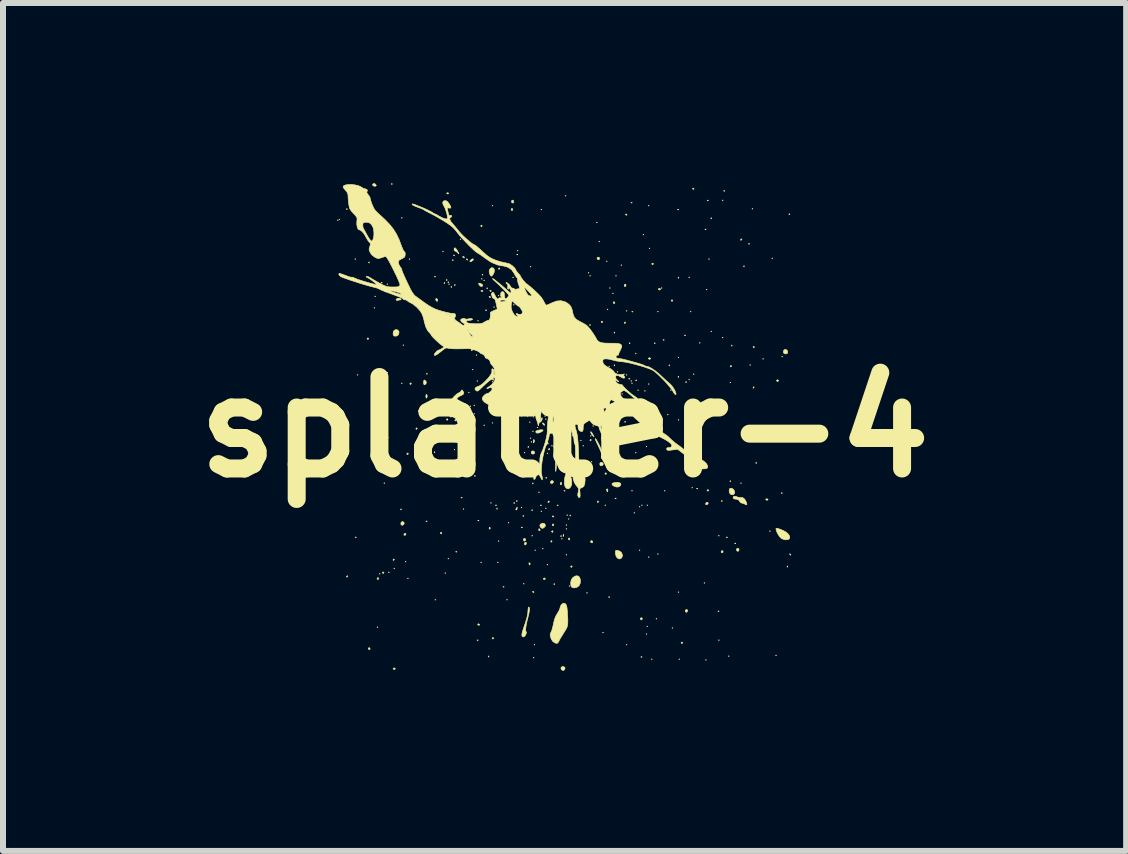
<source format=kicad_pcb>
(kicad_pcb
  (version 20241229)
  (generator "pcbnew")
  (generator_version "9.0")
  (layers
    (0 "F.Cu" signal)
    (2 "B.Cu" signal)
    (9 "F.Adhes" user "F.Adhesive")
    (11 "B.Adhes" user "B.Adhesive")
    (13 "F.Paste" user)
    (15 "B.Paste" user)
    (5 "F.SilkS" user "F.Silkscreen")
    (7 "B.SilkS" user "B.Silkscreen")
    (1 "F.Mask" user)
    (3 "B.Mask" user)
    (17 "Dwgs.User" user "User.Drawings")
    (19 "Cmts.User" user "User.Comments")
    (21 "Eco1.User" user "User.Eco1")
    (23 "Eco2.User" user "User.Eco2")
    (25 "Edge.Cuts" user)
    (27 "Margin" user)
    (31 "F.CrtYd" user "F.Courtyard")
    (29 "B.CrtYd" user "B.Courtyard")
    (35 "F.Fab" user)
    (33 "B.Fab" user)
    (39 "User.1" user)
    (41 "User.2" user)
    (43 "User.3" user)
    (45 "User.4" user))
  (footprint "splatter-4"
    (layer "F.Cu")
    (at 6.357 4.067)
    (property "Reference" "splatter-4" (at 0 0 0) (layer "F.SilkS") (effects (font (size 1.524 1.524) (thickness 0.3))))
    (attr through_hole)
    (fp_poly (pts (xy -3.772 -3.448) (xy -3.778 -3.442) (xy -3.785 -3.448) (xy -3.778 -3.454) (xy -3.772 -3.448)) (stroke (width 0.01) (type solid)) (fill yes) (layer "F.SilkS"))
    (fp_poly (pts (xy -3.747 -3.461) (xy -3.753 -3.454) (xy -3.759 -3.461) (xy -3.753 -3.467) (xy -3.747 -3.461)) (stroke (width 0.01) (type solid)) (fill yes) (layer "F.SilkS"))
    (fp_poly (pts (xy -3.48 -2.8) (xy -3.486 -2.794) (xy -3.493 -2.8) (xy -3.486 -2.807) (xy -3.48 -2.8)) (stroke (width 0.01) (type solid)) (fill yes) (layer "F.SilkS"))
    (fp_poly (pts (xy -3.442 -0.87) (xy -3.448 -0.864) (xy -3.454 -0.87) (xy -3.448 -0.876) (xy -3.442 -0.87)) (stroke (width 0.01) (type solid)) (fill yes) (layer "F.SilkS"))
    (fp_poly (pts (xy -3.162 -1.988) (xy -3.169 -1.981) (xy -3.175 -1.988) (xy -3.169 -1.994) (xy -3.162 -1.988)) (stroke (width 0.01) (type solid)) (fill yes) (layer "F.SilkS"))
    (fp_poly (pts (xy -3.15 -2.178) (xy -3.156 -2.172) (xy -3.162 -2.178) (xy -3.156 -2.184) (xy -3.15 -2.178)) (stroke (width 0.01) (type solid)) (fill yes) (layer "F.SilkS"))
    (fp_poly (pts (xy -3.111 3.334) (xy -3.118 3.34) (xy -3.124 3.334) (xy -3.118 3.327) (xy -3.111 3.334)) (stroke (width 0.01) (type solid)) (fill yes) (layer "F.SilkS"))
    (fp_poly (pts (xy -3.073 2.445) (xy -3.08 2.451) (xy -3.086 2.445) (xy -3.08 2.438) (xy -3.073 2.445)) (stroke (width 0.01) (type solid)) (fill yes) (layer "F.SilkS"))
    (fp_poly (pts (xy -3.048 -0.565) (xy -3.054 -0.559) (xy -3.061 -0.565) (xy -3.054 -0.572) (xy -3.048 -0.565)) (stroke (width 0.01) (type solid)) (fill yes) (layer "F.SilkS"))
    (fp_poly (pts (xy -2.997 0.933) (xy -3.004 0.94) (xy -3.01 0.933) (xy -3.004 0.927) (xy -2.997 0.933)) (stroke (width 0.01) (type solid)) (fill yes) (layer "F.SilkS"))
    (fp_poly (pts (xy -2.946 -2.381) (xy -2.953 -2.375) (xy -2.959 -2.381) (xy -2.953 -2.388) (xy -2.946 -2.381)) (stroke (width 0.01) (type solid)) (fill yes) (layer "F.SilkS"))
    (fp_poly (pts (xy -2.946 -0.908) (xy -2.953 -0.902) (xy -2.959 -0.908) (xy -2.953 -0.914) (xy -2.946 -0.908)) (stroke (width 0.01) (type solid)) (fill yes) (layer "F.SilkS"))
    (fp_poly (pts (xy -2.921 2.419) (xy -2.927 2.426) (xy -2.934 2.419) (xy -2.927 2.413) (xy -2.921 2.419)) (stroke (width 0.01) (type solid)) (fill yes) (layer "F.SilkS"))
    (fp_poly (pts (xy -2.832 2.356) (xy -2.838 2.362) (xy -2.845 2.356) (xy -2.838 2.349) (xy -2.832 2.356)) (stroke (width 0.01) (type solid)) (fill yes) (layer "F.SilkS"))
    (fp_poly (pts (xy -2.705 -3.486) (xy -2.711 -3.48) (xy -2.718 -3.486) (xy -2.711 -3.493) (xy -2.705 -3.486)) (stroke (width 0.01) (type solid)) (fill yes) (layer "F.SilkS"))
    (fp_poly (pts (xy -2.705 -0.73) (xy -2.711 -0.724) (xy -2.718 -0.73) (xy -2.711 -0.737) (xy -2.705 -0.73)) (stroke (width 0.01) (type solid)) (fill yes) (layer "F.SilkS"))
    (fp_poly (pts (xy -2.68 -1.365) (xy -2.686 -1.359) (xy -2.692 -1.365) (xy -2.686 -1.372) (xy -2.68 -1.365)) (stroke (width 0.01) (type solid)) (fill yes) (layer "F.SilkS"))
    (fp_poly (pts (xy -2.642 2.242) (xy -2.648 2.248) (xy -2.654 2.242) (xy -2.648 2.235) (xy -2.642 2.242)) (stroke (width 0.01) (type solid)) (fill yes) (layer "F.SilkS"))
    (fp_poly (pts (xy -2.603 2.521) (xy -2.61 2.527) (xy -2.616 2.521) (xy -2.61 2.515) (xy -2.603 2.521)) (stroke (width 0.01) (type solid)) (fill yes) (layer "F.SilkS"))
    (fp_poly (pts (xy -2.578 -2.8) (xy -2.584 -2.794) (xy -2.591 -2.8) (xy -2.584 -2.807) (xy -2.578 -2.8)) (stroke (width 0.01) (type solid)) (fill yes) (layer "F.SilkS"))
    (fp_poly (pts (xy -2.197 0.044) (xy -2.203 0.051) (xy -2.21 0.044) (xy -2.203 0.038) (xy -2.197 0.044)) (stroke (width 0.01) (type solid)) (fill yes) (layer "F.SilkS"))
    (fp_poly (pts (xy -2.146 2.877) (xy -2.153 2.883) (xy -2.159 2.877) (xy -2.153 2.87) (xy -2.146 2.877)) (stroke (width 0.01) (type solid)) (fill yes) (layer "F.SilkS"))
    (fp_poly (pts (xy -2.019 -2.927) (xy -2.026 -2.921) (xy -2.032 -2.927) (xy -2.026 -2.934) (xy -2.019 -2.927)) (stroke (width 0.01) (type solid)) (fill yes) (layer "F.SilkS"))
    (fp_poly (pts (xy -1.981 2.432) (xy -1.988 2.438) (xy -1.994 2.432) (xy -1.988 2.426) (xy -1.981 2.432)) (stroke (width 0.01) (type solid)) (fill yes) (layer "F.SilkS"))
    (fp_poly (pts (xy -1.93 2.191) (xy -1.937 2.197) (xy -1.943 2.191) (xy -1.937 2.184) (xy -1.93 2.191)) (stroke (width 0.01) (type solid)) (fill yes) (layer "F.SilkS"))
    (fp_poly (pts (xy -1.918 -2.381) (xy -1.924 -2.375) (xy -1.93 -2.381) (xy -1.924 -2.388) (xy -1.918 -2.381)) (stroke (width 0.01) (type solid)) (fill yes) (layer "F.SilkS"))
    (fp_poly (pts (xy -1.829 0.375) (xy -1.835 0.381) (xy -1.841 0.375) (xy -1.835 0.368) (xy -1.829 0.375)) (stroke (width 0.01) (type solid)) (fill yes) (layer "F.SilkS"))
    (fp_poly (pts (xy -1.727 -3.131) (xy -1.734 -3.124) (xy -1.74 -3.131) (xy -1.734 -3.137) (xy -1.727 -3.131)) (stroke (width 0.01) (type solid)) (fill yes) (layer "F.SilkS"))
    (fp_poly (pts (xy -1.676 0.819) (xy -1.683 0.826) (xy -1.689 0.819) (xy -1.683 0.813) (xy -1.676 0.819)) (stroke (width 0.01) (type solid)) (fill yes) (layer "F.SilkS"))
    (fp_poly (pts (xy -1.676 1.365) (xy -1.683 1.372) (xy -1.689 1.365) (xy -1.683 1.359) (xy -1.676 1.365)) (stroke (width 0.01) (type solid)) (fill yes) (layer "F.SilkS"))
    (fp_poly (pts (xy -1.587 -0.578) (xy -1.594 -0.572) (xy -1.6 -0.578) (xy -1.594 -0.584) (xy -1.587 -0.578)) (stroke (width 0.01) (type solid)) (fill yes) (layer "F.SilkS"))
    (fp_poly (pts (xy -1.562 -0.349) (xy -1.568 -0.343) (xy -1.575 -0.349) (xy -1.568 -0.356) (xy -1.562 -0.349)) (stroke (width 0.01) (type solid)) (fill yes) (layer "F.SilkS"))
    (fp_poly (pts (xy -1.524 -0.959) (xy -1.53 -0.953) (xy -1.537 -0.959) (xy -1.53 -0.965) (xy -1.524 -0.959)) (stroke (width 0.01) (type solid)) (fill yes) (layer "F.SilkS"))
    (fp_poly (pts (xy -1.499 -0.362) (xy -1.505 -0.356) (xy -1.511 -0.362) (xy -1.505 -0.368) (xy -1.499 -0.362)) (stroke (width 0.01) (type solid)) (fill yes) (layer "F.SilkS"))
    (fp_poly (pts (xy -1.499 -0.222) (xy -1.505 -0.216) (xy -1.511 -0.222) (xy -1.505 -0.229) (xy -1.499 -0.222)) (stroke (width 0.01) (type solid)) (fill yes) (layer "F.SilkS"))
    (fp_poly (pts (xy -1.46 -1.2) (xy -1.467 -1.194) (xy -1.473 -1.2) (xy -1.467 -1.206) (xy -1.46 -1.2)) (stroke (width 0.01) (type solid)) (fill yes) (layer "F.SilkS"))
    (fp_poly (pts (xy -1.448 -0.768) (xy -1.454 -0.762) (xy -1.46 -0.768) (xy -1.454 -0.775) (xy -1.448 -0.768)) (stroke (width 0.01) (type solid)) (fill yes) (layer "F.SilkS"))
    (fp_poly (pts (xy -1.435 -1.772) (xy -1.441 -1.765) (xy -1.448 -1.772) (xy -1.441 -1.778) (xy -1.435 -1.772)) (stroke (width 0.01) (type solid)) (fill yes) (layer "F.SilkS"))
    (fp_poly (pts (xy -1.384 2.254) (xy -1.391 2.261) (xy -1.397 2.254) (xy -1.391 2.248) (xy -1.384 2.254)) (stroke (width 0.01) (type solid)) (fill yes) (layer "F.SilkS"))
    (fp_poly (pts (xy -1.372 -2.47) (xy -1.378 -2.464) (xy -1.384 -2.47) (xy -1.378 -2.477) (xy -1.372 -2.47)) (stroke (width 0.01) (type solid)) (fill yes) (layer "F.SilkS"))
    (fp_poly (pts (xy -1.333 -2.445) (xy -1.34 -2.438) (xy -1.346 -2.445) (xy -1.34 -2.451) (xy -1.333 -2.445)) (stroke (width 0.01) (type solid)) (fill yes) (layer "F.SilkS"))
    (fp_poly (pts (xy -1.333 -0.032) (xy -1.34 -0.025) (xy -1.346 -0.032) (xy -1.34 -0.038) (xy -1.333 -0.032)) (stroke (width 0.01) (type solid)) (fill yes) (layer "F.SilkS"))
    (fp_poly (pts (xy -1.219 1.264) (xy -1.226 1.27) (xy -1.232 1.264) (xy -1.226 1.257) (xy -1.219 1.264)) (stroke (width 0.01) (type solid)) (fill yes) (layer "F.SilkS"))
    (fp_poly (pts (xy -1.194 -3.689) (xy -1.2 -3.683) (xy -1.206 -3.689) (xy -1.2 -3.696) (xy -1.194 -3.689)) (stroke (width 0.01) (type solid)) (fill yes) (layer "F.SilkS"))
    (fp_poly (pts (xy -1.194 -0.756) (xy -1.2 -0.749) (xy -1.206 -0.756) (xy -1.2 -0.762) (xy -1.194 -0.756)) (stroke (width 0.01) (type solid)) (fill yes) (layer "F.SilkS"))
    (fp_poly (pts (xy -1.194 -0.07) (xy -1.2 -0.064) (xy -1.206 -0.07) (xy -1.2 -0.076) (xy -1.194 -0.07)) (stroke (width 0.01) (type solid)) (fill yes) (layer "F.SilkS"))
    (fp_poly (pts (xy -1.168 -2) (xy -1.175 -1.994) (xy -1.181 -2) (xy -1.175 -2.007) (xy -1.168 -2)) (stroke (width 0.01) (type solid)) (fill yes) (layer "F.SilkS"))
    (fp_poly (pts (xy -1.105 2.254) (xy -1.111 2.261) (xy -1.118 2.254) (xy -1.111 2.248) (xy -1.105 2.254)) (stroke (width 0.01) (type solid)) (fill yes) (layer "F.SilkS"))
    (fp_poly (pts (xy -1.092 -2.191) (xy -1.099 -2.184) (xy -1.105 -2.191) (xy -1.099 -2.197) (xy -1.092 -2.191)) (stroke (width 0.01) (type solid)) (fill yes) (layer "F.SilkS"))
    (fp_poly (pts (xy -1.092 1.899) (xy -1.099 1.905) (xy -1.105 1.899) (xy -1.099 1.892) (xy -1.092 1.899)) (stroke (width 0.01) (type solid)) (fill yes) (layer "F.SilkS"))
    (fp_poly (pts (xy -0.953 2.877) (xy -0.959 2.883) (xy -0.965 2.877) (xy -0.959 2.87) (xy -0.953 2.877)) (stroke (width 0.01) (type solid)) (fill yes) (layer "F.SilkS"))
    (fp_poly (pts (xy -0.927 1.594) (xy -0.933 1.6) (xy -0.94 1.594) (xy -0.933 1.587) (xy -0.927 1.594)) (stroke (width 0.01) (type solid)) (fill yes) (layer "F.SilkS"))
    (fp_poly (pts (xy -0.889 0.032) (xy -0.895 0.038) (xy -0.902 0.032) (xy -0.895 0.025) (xy -0.889 0.032)) (stroke (width 0.01) (type solid)) (fill yes) (layer "F.SilkS"))
    (fp_poly (pts (xy -0.889 0.07) (xy -0.895 0.076) (xy -0.902 0.07) (xy -0.895 0.064) (xy -0.889 0.07)) (stroke (width 0.01) (type solid)) (fill yes) (layer "F.SilkS"))
    (fp_poly (pts (xy -0.864 -0.044) (xy -0.87 -0.038) (xy -0.876 -0.044) (xy -0.87 -0.051) (xy -0.864 -0.044)) (stroke (width 0.01) (type solid)) (fill yes) (layer "F.SilkS"))
    (fp_poly (pts (xy -0.851 -2.496) (xy -0.857 -2.489) (xy -0.864 -2.496) (xy -0.857 -2.502) (xy -0.851 -2.496)) (stroke (width 0.01) (type solid)) (fill yes) (layer "F.SilkS"))
    (fp_poly (pts (xy -0.838 -2.038) (xy -0.845 -2.032) (xy -0.851 -2.038) (xy -0.845 -2.045) (xy -0.838 -2.038)) (stroke (width 0.01) (type solid)) (fill yes) (layer "F.SilkS"))
    (fp_poly (pts (xy -0.838 -0.044) (xy -0.845 -0.038) (xy -0.851 -0.044) (xy -0.845 -0.051) (xy -0.838 -0.044)) (stroke (width 0.01) (type solid)) (fill yes) (layer "F.SilkS"))
    (fp_poly (pts (xy -0.775 -2.94) (xy -0.781 -2.934) (xy -0.787 -2.94) (xy -0.781 -2.946) (xy -0.775 -2.94)) (stroke (width 0.01) (type solid)) (fill yes) (layer "F.SilkS"))
    (fp_poly (pts (xy -0.762 0.324) (xy -0.768 0.33) (xy -0.775 0.324) (xy -0.768 0.318) (xy -0.762 0.324)) (stroke (width 0.01) (type solid)) (fill yes) (layer "F.SilkS"))
    (fp_poly (pts (xy -0.711 1.34) (xy -0.718 1.346) (xy -0.724 1.34) (xy -0.718 1.333) (xy -0.711 1.34)) (stroke (width 0.01) (type solid)) (fill yes) (layer "F.SilkS"))
    (fp_poly (pts (xy -0.673 2.61) (xy -0.679 2.616) (xy -0.686 2.61) (xy -0.679 2.603) (xy -0.673 2.61)) (stroke (width 0.01) (type solid)) (fill yes) (layer "F.SilkS"))
    (fp_poly (pts (xy -0.66 0.425) (xy -0.667 0.432) (xy -0.673 0.425) (xy -0.667 0.419) (xy -0.66 0.425)) (stroke (width 0.01) (type solid)) (fill yes) (layer "F.SilkS"))
    (fp_poly (pts (xy -0.61 -0.184) (xy -0.616 -0.178) (xy -0.622 -0.184) (xy -0.616 -0.191) (xy -0.61 -0.184)) (stroke (width 0.01) (type solid)) (fill yes) (layer "F.SilkS"))
    (fp_poly (pts (xy -0.597 0.654) (xy -0.603 0.66) (xy -0.61 0.654) (xy -0.603 0.648) (xy -0.597 0.654)) (stroke (width 0.01) (type solid)) (fill yes) (layer "F.SilkS"))
    (fp_poly (pts (xy -0.572 -0.083) (xy -0.578 -0.076) (xy -0.584 -0.083) (xy -0.578 -0.089) (xy -0.572 -0.083)) (stroke (width 0.01) (type solid)) (fill yes) (layer "F.SilkS"))
    (fp_poly (pts (xy -0.559 -2.673) (xy -0.565 -2.667) (xy -0.572 -2.673) (xy -0.565 -2.68) (xy -0.559 -2.673)) (stroke (width 0.01) (type solid)) (fill yes) (layer "F.SilkS"))
    (fp_poly (pts (xy -0.559 0.184) (xy -0.565 0.191) (xy -0.572 0.184) (xy -0.565 0.178) (xy -0.559 0.184)) (stroke (width 0.01) (type solid)) (fill yes) (layer "F.SilkS"))
    (fp_poly (pts (xy -0.546 0.248) (xy -0.552 0.254) (xy -0.559 0.248) (xy -0.552 0.241) (xy -0.546 0.248)) (stroke (width 0.01) (type solid)) (fill yes) (layer "F.SilkS"))
    (fp_poly (pts (xy -0.533 1.81) (xy -0.54 1.816) (xy -0.546 1.81) (xy -0.54 1.803) (xy -0.533 1.81)) (stroke (width 0.01) (type solid)) (fill yes) (layer "F.SilkS"))
    (fp_poly (pts (xy -0.521 0.07) (xy -0.527 0.076) (xy -0.533 0.07) (xy -0.527 0.064) (xy -0.521 0.07)) (stroke (width 0.01) (type solid)) (fill yes) (layer "F.SilkS"))
    (fp_poly (pts (xy -0.508 -0.171) (xy -0.514 -0.165) (xy -0.521 -0.171) (xy -0.514 -0.178) (xy -0.508 -0.171)) (stroke (width 0.01) (type solid)) (fill yes) (layer "F.SilkS"))
    (fp_poly (pts (xy -0.508 3.842) (xy -0.514 3.848) (xy -0.521 3.842) (xy -0.514 3.835) (xy -0.508 3.842)) (stroke (width 0.01) (type solid)) (fill yes) (layer "F.SilkS"))
    (fp_poly (pts (xy -0.495 3.626) (xy -0.502 3.632) (xy -0.508 3.626) (xy -0.502 3.619) (xy -0.495 3.626)) (stroke (width 0.01) (type solid)) (fill yes) (layer "F.SilkS"))
    (fp_poly (pts (xy -0.483 2.051) (xy -0.489 2.057) (xy -0.495 2.051) (xy -0.489 2.045) (xy -0.483 2.051)) (stroke (width 0.01) (type solid)) (fill yes) (layer "F.SilkS"))
    (fp_poly (pts (xy -0.445 0.006) (xy -0.451 0.013) (xy -0.457 0.006) (xy -0.451 0) (xy -0.445 0.006)) (stroke (width 0.01) (type solid)) (fill yes) (layer "F.SilkS"))
    (fp_poly (pts (xy -0.419 1.086) (xy -0.425 1.092) (xy -0.432 1.086) (xy -0.425 1.079) (xy -0.419 1.086)) (stroke (width 0.01) (type solid)) (fill yes) (layer "F.SilkS"))
    (fp_poly (pts (xy -0.381 -3.626) (xy -0.387 -3.619) (xy -0.394 -3.626) (xy -0.387 -3.632) (xy -0.381 -3.626)) (stroke (width 0.01) (type solid)) (fill yes) (layer "F.SilkS"))
    (fp_poly (pts (xy -0.381 1.403) (xy -0.387 1.41) (xy -0.394 1.403) (xy -0.387 1.397) (xy -0.381 1.403)) (stroke (width 0.01) (type solid)) (fill yes) (layer "F.SilkS"))
    (fp_poly (pts (xy -0.356 2.026) (xy -0.362 2.032) (xy -0.368 2.026) (xy -0.362 2.019) (xy -0.356 2.026)) (stroke (width 0.01) (type solid)) (fill yes) (layer "F.SilkS"))
    (fp_poly (pts (xy -0.318 -0.184) (xy -0.324 -0.178) (xy -0.33 -0.184) (xy -0.324 -0.191) (xy -0.318 -0.184)) (stroke (width 0.01) (type solid)) (fill yes) (layer "F.SilkS"))
    (fp_poly (pts (xy -0.305 -0.133) (xy -0.311 -0.127) (xy -0.318 -0.133) (xy -0.311 -0.14) (xy -0.305 -0.133)) (stroke (width 0.01) (type solid)) (fill yes) (layer "F.SilkS"))
    (fp_poly (pts (xy -0.305 1.353) (xy -0.311 1.359) (xy -0.318 1.353) (xy -0.311 1.346) (xy -0.305 1.353)) (stroke (width 0.01) (type solid)) (fill yes) (layer "F.SilkS"))
    (fp_poly (pts (xy -0.292 -0.349) (xy -0.298 -0.343) (xy -0.305 -0.349) (xy -0.298 -0.356) (xy -0.292 -0.349)) (stroke (width 0.01) (type solid)) (fill yes) (layer "F.SilkS"))
    (fp_poly (pts (xy -0.279 0.438) (xy -0.286 0.445) (xy -0.292 0.438) (xy -0.286 0.432) (xy -0.279 0.438)) (stroke (width 0.01) (type solid)) (fill yes) (layer "F.SilkS"))
    (fp_poly (pts (xy -0.279 2.292) (xy -0.286 2.299) (xy -0.292 2.292) (xy -0.286 2.286) (xy -0.279 2.292)) (stroke (width 0.01) (type solid)) (fill yes) (layer "F.SilkS"))
    (fp_poly (pts (xy -0.203 0.311) (xy -0.21 0.318) (xy -0.216 0.311) (xy -0.21 0.305) (xy -0.203 0.311)) (stroke (width 0.01) (type solid)) (fill yes) (layer "F.SilkS"))
    (fp_poly (pts (xy -0.14 0.476) (xy -0.146 0.483) (xy -0.152 0.476) (xy -0.146 0.47) (xy -0.14 0.476)) (stroke (width 0.01) (type solid)) (fill yes) (layer "F.SilkS"))
    (fp_poly (pts (xy -0.089 0.476) (xy -0.095 0.483) (xy -0.102 0.476) (xy -0.095 0.47) (xy -0.089 0.476)) (stroke (width 0.01) (type solid)) (fill yes) (layer "F.SilkS"))
    (fp_poly (pts (xy -0.076 0.21) (xy -0.083 0.216) (xy -0.089 0.21) (xy -0.083 0.203) (xy -0.076 0.21)) (stroke (width 0.01) (type solid)) (fill yes) (layer "F.SilkS"))
    (fp_poly (pts (xy -0.064 0.159) (xy -0.07 0.165) (xy -0.076 0.159) (xy -0.07 0.152) (xy -0.064 0.159)) (stroke (width 0.01) (type solid)) (fill yes) (layer "F.SilkS"))
    (fp_poly (pts (xy -0.038 1.861) (xy -0.044 1.867) (xy -0.051 1.861) (xy -0.044 1.854) (xy -0.038 1.861)) (stroke (width 0.01) (type solid)) (fill yes) (layer "F.SilkS"))
    (fp_poly (pts (xy 0.025 -3.854) (xy 0.019 -3.848) (xy 0.013 -3.854) (xy 0.019 -3.861) (xy 0.025 -3.854)) (stroke (width 0.01) (type solid)) (fill yes) (layer "F.SilkS"))
    (fp_poly (pts (xy 0.025 0.705) (xy 0.019 0.711) (xy 0.013 0.705) (xy 0.019 0.699) (xy 0.025 0.705)) (stroke (width 0.01) (type solid)) (fill yes) (layer "F.SilkS"))
    (fp_poly (pts (xy 0.038 1.632) (xy 0.032 1.638) (xy 0.025 1.632) (xy 0.032 1.626) (xy 0.038 1.632)) (stroke (width 0.01) (type solid)) (fill yes) (layer "F.SilkS"))
    (fp_poly (pts (xy 0.038 1.695) (xy 0.032 1.702) (xy 0.025 1.695) (xy 0.032 1.689) (xy 0.038 1.695)) (stroke (width 0.01) (type solid)) (fill yes) (layer "F.SilkS"))
    (fp_poly (pts (xy 0.038 2.127) (xy 0.032 2.134) (xy 0.025 2.127) (xy 0.032 2.121) (xy 0.038 2.127)) (stroke (width 0.01) (type solid)) (fill yes) (layer "F.SilkS"))
    (fp_poly (pts (xy 0.051 1.467) (xy 0.044 1.473) (xy 0.038 1.467) (xy 0.044 1.46) (xy 0.051 1.467)) (stroke (width 0.01) (type solid)) (fill yes) (layer "F.SilkS"))
    (fp_poly (pts (xy 0.076 0.121) (xy 0.07 0.127) (xy 0.064 0.121) (xy 0.07 0.114) (xy 0.076 0.121)) (stroke (width 0.01) (type solid)) (fill yes) (layer "F.SilkS"))
    (fp_poly (pts (xy 0.076 1.53) (xy 0.07 1.537) (xy 0.064 1.53) (xy 0.07 1.524) (xy 0.076 1.53)) (stroke (width 0.01) (type solid)) (fill yes) (layer "F.SilkS"))
    (fp_poly (pts (xy 0.089 2.648) (xy 0.083 2.654) (xy 0.076 2.648) (xy 0.083 2.642) (xy 0.089 2.648)) (stroke (width 0.01) (type solid)) (fill yes) (layer "F.SilkS"))
    (fp_poly (pts (xy 0.152 0.514) (xy 0.146 0.521) (xy 0.14 0.514) (xy 0.146 0.508) (xy 0.152 0.514)) (stroke (width 0.01) (type solid)) (fill yes) (layer "F.SilkS"))
    (fp_poly (pts (xy 0.279 0.222) (xy 0.273 0.229) (xy 0.267 0.222) (xy 0.273 0.216) (xy 0.279 0.222)) (stroke (width 0.01) (type solid)) (fill yes) (layer "F.SilkS"))
    (fp_poly (pts (xy 0.318 0.311) (xy 0.311 0.318) (xy 0.305 0.311) (xy 0.311 0.305) (xy 0.318 0.311)) (stroke (width 0.01) (type solid)) (fill yes) (layer "F.SilkS"))
    (fp_poly (pts (xy 0.381 2.762) (xy 0.375 2.769) (xy 0.368 2.762) (xy 0.375 2.756) (xy 0.381 2.762)) (stroke (width 0.01) (type solid)) (fill yes) (layer "F.SilkS"))
    (fp_poly (pts (xy 0.406 -2.572) (xy 0.4 -2.565) (xy 0.394 -2.572) (xy 0.4 -2.578) (xy 0.406 -2.572)) (stroke (width 0.01) (type solid)) (fill yes) (layer "F.SilkS"))
    (fp_poly (pts (xy 0.432 -2.521) (xy 0.425 -2.515) (xy 0.419 -2.521) (xy 0.425 -2.527) (xy 0.432 -2.521)) (stroke (width 0.01) (type solid)) (fill yes) (layer "F.SilkS"))
    (fp_poly (pts (xy 0.445 0.146) (xy 0.438 0.152) (xy 0.432 0.146) (xy 0.438 0.14) (xy 0.445 0.146)) (stroke (width 0.01) (type solid)) (fill yes) (layer "F.SilkS"))
    (fp_poly (pts (xy 0.457 0.578) (xy 0.451 0.584) (xy 0.445 0.578) (xy 0.451 0.572) (xy 0.457 0.578)) (stroke (width 0.01) (type solid)) (fill yes) (layer "F.SilkS"))
    (fp_poly (pts (xy 0.483 -0.019) (xy 0.476 -0.013) (xy 0.47 -0.019) (xy 0.476 -0.025) (xy 0.483 -0.019)) (stroke (width 0.01) (type solid)) (fill yes) (layer "F.SilkS"))
    (fp_poly (pts (xy 0.546 -3.41) (xy 0.54 -3.404) (xy 0.533 -3.41) (xy 0.54 -3.416) (xy 0.546 -3.41)) (stroke (width 0.01) (type solid)) (fill yes) (layer "F.SilkS"))
    (fp_poly (pts (xy 0.584 -3.092) (xy 0.578 -3.086) (xy 0.572 -3.092) (xy 0.578 -3.099) (xy 0.584 -3.092)) (stroke (width 0.01) (type solid)) (fill yes) (layer "F.SilkS"))
    (fp_poly (pts (xy 0.648 3.423) (xy 0.641 3.429) (xy 0.635 3.423) (xy 0.641 3.416) (xy 0.648 3.423)) (stroke (width 0.01) (type solid)) (fill yes) (layer "F.SilkS"))
    (fp_poly (pts (xy 0.686 1.302) (xy 0.679 1.308) (xy 0.673 1.302) (xy 0.679 1.295) (xy 0.686 1.302)) (stroke (width 0.01) (type solid)) (fill yes) (layer "F.SilkS"))
    (fp_poly (pts (xy 0.711 -2.762) (xy 0.705 -2.756) (xy 0.699 -2.762) (xy 0.705 -2.769) (xy 0.711 -2.762)) (stroke (width 0.01) (type solid)) (fill yes) (layer "F.SilkS"))
    (fp_poly (pts (xy 0.724 -1.962) (xy 0.718 -1.956) (xy 0.711 -1.962) (xy 0.718 -1.968) (xy 0.724 -1.962)) (stroke (width 0.01) (type solid)) (fill yes) (layer "F.SilkS"))
    (fp_poly (pts (xy 0.749 -1.01) (xy 0.743 -1.003) (xy 0.737 -1.01) (xy 0.743 -1.016) (xy 0.749 -1.01)) (stroke (width 0.01) (type solid)) (fill yes) (layer "F.SilkS"))
    (fp_poly (pts (xy 0.762 -2.318) (xy 0.756 -2.311) (xy 0.749 -2.318) (xy 0.756 -2.324) (xy 0.762 -2.318)) (stroke (width 0.01) (type solid)) (fill yes) (layer "F.SilkS"))
    (fp_poly (pts (xy 0.813 -2.229) (xy 0.806 -2.223) (xy 0.8 -2.229) (xy 0.806 -2.235) (xy 0.813 -2.229)) (stroke (width 0.01) (type solid)) (fill yes) (layer "F.SilkS"))
    (fp_poly (pts (xy 0.813 -0.171) (xy 0.806 -0.165) (xy 0.8 -0.171) (xy 0.806 -0.178) (xy 0.813 -0.171)) (stroke (width 0.01) (type solid)) (fill yes) (layer "F.SilkS"))
    (fp_poly (pts (xy 0.864 -2.521) (xy 0.857 -2.515) (xy 0.851 -2.521) (xy 0.857 -2.527) (xy 0.864 -2.521)) (stroke (width 0.01) (type solid)) (fill yes) (layer "F.SilkS"))
    (fp_poly (pts (xy 0.889 -0.921) (xy 0.883 -0.914) (xy 0.876 -0.921) (xy 0.883 -0.927) (xy 0.889 -0.921)) (stroke (width 0.01) (type solid)) (fill yes) (layer "F.SilkS"))
    (fp_poly (pts (xy 0.953 -2.699) (xy 0.946 -2.692) (xy 0.94 -2.699) (xy 0.946 -2.705) (xy 0.953 -2.699)) (stroke (width 0.01) (type solid)) (fill yes) (layer "F.SilkS"))
    (fp_poly (pts (xy 0.965 -0.552) (xy 0.959 -0.546) (xy 0.953 -0.552) (xy 0.959 -0.559) (xy 0.965 -0.552)) (stroke (width 0.01) (type solid)) (fill yes) (layer "F.SilkS"))
    (fp_poly (pts (xy 1.041 -1.937) (xy 1.035 -1.93) (xy 1.029 -1.937) (xy 1.035 -1.943) (xy 1.041 -1.937)) (stroke (width 0.01) (type solid)) (fill yes) (layer "F.SilkS"))
    (fp_poly (pts (xy 1.041 -0.87) (xy 1.035 -0.864) (xy 1.029 -0.87) (xy 1.035 -0.876) (xy 1.041 -0.87)) (stroke (width 0.01) (type solid)) (fill yes) (layer "F.SilkS"))
    (fp_poly (pts (xy 1.041 3.626) (xy 1.035 3.632) (xy 1.029 3.626) (xy 1.035 3.619) (xy 1.041 3.626)) (stroke (width 0.01) (type solid)) (fill yes) (layer "F.SilkS"))
    (fp_poly (pts (xy 1.118 -0.768) (xy 1.111 -0.762) (xy 1.105 -0.768) (xy 1.111 -0.775) (xy 1.118 -0.768)) (stroke (width 0.01) (type solid)) (fill yes) (layer "F.SilkS"))
    (fp_poly (pts (xy 1.13 -0.73) (xy 1.124 -0.724) (xy 1.118 -0.73) (xy 1.124 -0.737) (xy 1.13 -0.73)) (stroke (width 0.01) (type solid)) (fill yes) (layer "F.SilkS"))
    (fp_poly (pts (xy 1.13 1.06) (xy 1.124 1.067) (xy 1.118 1.06) (xy 1.124 1.054) (xy 1.13 1.06)) (stroke (width 0.01) (type solid)) (fill yes) (layer "F.SilkS"))
    (fp_poly (pts (xy 1.168 1.429) (xy 1.162 1.435) (xy 1.156 1.429) (xy 1.162 1.422) (xy 1.168 1.429)) (stroke (width 0.01) (type solid)) (fill yes) (layer "F.SilkS"))
    (fp_poly (pts (xy 1.181 0.057) (xy 1.175 0.064) (xy 1.168 0.057) (xy 1.175 0.051) (xy 1.181 0.057)) (stroke (width 0.01) (type solid)) (fill yes) (layer "F.SilkS"))
    (fp_poly (pts (xy 1.194 -1.226) (xy 1.187 -1.219) (xy 1.181 -1.226) (xy 1.187 -1.232) (xy 1.194 -1.226)) (stroke (width 0.01) (type solid)) (fill yes) (layer "F.SilkS"))
    (fp_poly (pts (xy 1.194 0.425) (xy 1.187 0.432) (xy 1.181 0.425) (xy 1.187 0.419) (xy 1.194 0.425)) (stroke (width 0.01) (type solid)) (fill yes) (layer "F.SilkS"))
    (fp_poly (pts (xy 1.232 -0.616) (xy 1.226 -0.61) (xy 1.219 -0.616) (xy 1.226 -0.622) (xy 1.232 -0.616)) (stroke (width 0.01) (type solid)) (fill yes) (layer "F.SilkS"))
    (fp_poly (pts (xy 1.257 1.327) (xy 1.251 1.333) (xy 1.245 1.327) (xy 1.251 1.321) (xy 1.257 1.327)) (stroke (width 0.01) (type solid)) (fill yes) (layer "F.SilkS"))
    (fp_poly (pts (xy 1.257 2.051) (xy 1.251 2.057) (xy 1.245 2.051) (xy 1.251 2.045) (xy 1.257 2.051)) (stroke (width 0.01) (type solid)) (fill yes) (layer "F.SilkS"))
    (fp_poly (pts (xy 1.283 -0.362) (xy 1.276 -0.356) (xy 1.27 -0.362) (xy 1.276 -0.368) (xy 1.283 -0.362)) (stroke (width 0.01) (type solid)) (fill yes) (layer "F.SilkS"))
    (fp_poly (pts (xy 1.295 1.302) (xy 1.289 1.308) (xy 1.283 1.302) (xy 1.289 1.295) (xy 1.295 1.302)) (stroke (width 0.01) (type solid)) (fill yes) (layer "F.SilkS"))
    (fp_poly (pts (xy 1.321 -3.207) (xy 1.314 -3.2) (xy 1.308 -3.207) (xy 1.314 -3.213) (xy 1.321 -3.207)) (stroke (width 0.01) (type solid)) (fill yes) (layer "F.SilkS"))
    (fp_poly (pts (xy 1.346 -0.603) (xy 1.34 -0.597) (xy 1.333 -0.603) (xy 1.34 -0.61) (xy 1.346 -0.603)) (stroke (width 0.01) (type solid)) (fill yes) (layer "F.SilkS"))
    (fp_poly (pts (xy 1.372 0.171) (xy 1.365 0.178) (xy 1.359 0.171) (xy 1.365 0.165) (xy 1.372 0.171)) (stroke (width 0.01) (type solid)) (fill yes) (layer "F.SilkS"))
    (fp_poly (pts (xy 1.372 0.324) (xy 1.365 0.33) (xy 1.359 0.324) (xy 1.365 0.318) (xy 1.372 0.324)) (stroke (width 0.01) (type solid)) (fill yes) (layer "F.SilkS"))
    (fp_poly (pts (xy 1.372 3.448) (xy 1.365 3.454) (xy 1.359 3.448) (xy 1.365 3.442) (xy 1.372 3.448)) (stroke (width 0.01) (type solid)) (fill yes) (layer "F.SilkS"))
    (fp_poly (pts (xy 1.384 1.302) (xy 1.378 1.308) (xy 1.372 1.302) (xy 1.378 1.295) (xy 1.384 1.302)) (stroke (width 0.01) (type solid)) (fill yes) (layer "F.SilkS"))
    (fp_poly (pts (xy 1.384 3.321) (xy 1.378 3.327) (xy 1.372 3.321) (xy 1.378 3.315) (xy 1.384 3.321)) (stroke (width 0.01) (type solid)) (fill yes) (layer "F.SilkS"))
    (fp_poly (pts (xy 1.41 -3.689) (xy 1.403 -3.683) (xy 1.397 -3.689) (xy 1.403 -3.696) (xy 1.41 -3.689)) (stroke (width 0.01) (type solid)) (fill yes) (layer "F.SilkS"))
    (fp_poly (pts (xy 1.41 -0.718) (xy 1.403 -0.711) (xy 1.397 -0.718) (xy 1.403 -0.724) (xy 1.41 -0.718)) (stroke (width 0.01) (type solid)) (fill yes) (layer "F.SilkS"))
    (fp_poly (pts (xy 1.41 2.165) (xy 1.403 2.172) (xy 1.397 2.165) (xy 1.403 2.159) (xy 1.41 2.165)) (stroke (width 0.01) (type solid)) (fill yes) (layer "F.SilkS"))
    (fp_poly (pts (xy 1.422 -2.978) (xy 1.416 -2.972) (xy 1.41 -2.978) (xy 1.416 -2.985) (xy 1.422 -2.978)) (stroke (width 0.01) (type solid)) (fill yes) (layer "F.SilkS"))
    (fp_poly (pts (xy 1.46 3.867) (xy 1.454 3.873) (xy 1.448 3.867) (xy 1.454 3.861) (xy 1.46 3.867)) (stroke (width 0.01) (type solid)) (fill yes) (layer "F.SilkS"))
    (fp_poly (pts (xy 1.537 3.194) (xy 1.53 3.2) (xy 1.524 3.194) (xy 1.53 3.188) (xy 1.537 3.194)) (stroke (width 0.01) (type solid)) (fill yes) (layer "F.SilkS"))
    (fp_poly (pts (xy 1.562 -1.924) (xy 1.556 -1.918) (xy 1.549 -1.924) (xy 1.556 -1.93) (xy 1.562 -1.924)) (stroke (width 0.01) (type solid)) (fill yes) (layer "F.SilkS"))
    (fp_poly (pts (xy 1.562 2.115) (xy 1.556 2.121) (xy 1.549 2.115) (xy 1.556 2.108) (xy 1.562 2.115)) (stroke (width 0.01) (type solid)) (fill yes) (layer "F.SilkS"))
    (fp_poly (pts (xy 1.626 -2.318) (xy 1.619 -2.311) (xy 1.613 -2.318) (xy 1.619 -2.324) (xy 1.626 -2.318)) (stroke (width 0.01) (type solid)) (fill yes) (layer "F.SilkS"))
    (fp_poly (pts (xy 1.676 1.06) (xy 1.67 1.067) (xy 1.664 1.06) (xy 1.67 1.054) (xy 1.676 1.06)) (stroke (width 0.01) (type solid)) (fill yes) (layer "F.SilkS"))
    (fp_poly (pts (xy 1.727 -0.21) (xy 1.721 -0.203) (xy 1.714 -0.21) (xy 1.721 -0.216) (xy 1.727 -0.21)) (stroke (width 0.01) (type solid)) (fill yes) (layer "F.SilkS"))
    (fp_poly (pts (xy 1.778 -0.616) (xy 1.772 -0.61) (xy 1.765 -0.616) (xy 1.772 -0.622) (xy 1.778 -0.616)) (stroke (width 0.01) (type solid)) (fill yes) (layer "F.SilkS"))
    (fp_poly (pts (xy 1.803 3.346) (xy 1.797 3.353) (xy 1.791 3.346) (xy 1.797 3.34) (xy 1.803 3.346)) (stroke (width 0.01) (type solid)) (fill yes) (layer "F.SilkS"))
    (fp_poly (pts (xy 1.905 -1.162) (xy 1.899 -1.156) (xy 1.892 -1.162) (xy 1.899 -1.168) (xy 1.905 -1.162)) (stroke (width 0.01) (type solid)) (fill yes) (layer "F.SilkS"))
    (fp_poly (pts (xy 1.905 -0.121) (xy 1.899 -0.114) (xy 1.892 -0.121) (xy 1.899 -0.127) (xy 1.905 -0.121)) (stroke (width 0.01) (type solid)) (fill yes) (layer "F.SilkS"))
    (fp_poly (pts (xy 1.905 2.75) (xy 1.899 2.756) (xy 1.892 2.75) (xy 1.899 2.743) (xy 1.905 2.75)) (stroke (width 0.01) (type solid)) (fill yes) (layer "F.SilkS"))
    (fp_poly (pts (xy 1.918 3.867) (xy 1.911 3.873) (xy 1.905 3.867) (xy 1.911 3.861) (xy 1.918 3.867)) (stroke (width 0.01) (type solid)) (fill yes) (layer "F.SilkS"))
    (fp_poly (pts (xy 2.083 -2.496) (xy 2.076 -2.489) (xy 2.07 -2.496) (xy 2.076 -2.502) (xy 2.083 -2.496)) (stroke (width 0.01) (type solid)) (fill yes) (layer "F.SilkS"))
    (fp_poly (pts (xy 2.083 -0.794) (xy 2.076 -0.787) (xy 2.07 -0.794) (xy 2.076 -0.8) (xy 2.083 -0.794)) (stroke (width 0.01) (type solid)) (fill yes) (layer "F.SilkS"))
    (fp_poly (pts (xy 2.108 -1.924) (xy 2.102 -1.918) (xy 2.095 -1.924) (xy 2.102 -1.93) (xy 2.108 -1.924)) (stroke (width 0.01) (type solid)) (fill yes) (layer "F.SilkS"))
    (fp_poly (pts (xy 2.134 1.01) (xy 2.127 1.016) (xy 2.121 1.01) (xy 2.127 1.003) (xy 2.134 1.01)) (stroke (width 0.01) (type solid)) (fill yes) (layer "F.SilkS"))
    (fp_poly (pts (xy 2.159 -0.883) (xy 2.153 -0.876) (xy 2.146 -0.883) (xy 2.153 -0.889) (xy 2.159 -0.883)) (stroke (width 0.01) (type solid)) (fill yes) (layer "F.SilkS"))
    (fp_poly (pts (xy 2.261 -1.403) (xy 2.254 -1.397) (xy 2.248 -1.403) (xy 2.254 -1.41) (xy 2.261 -1.403)) (stroke (width 0.01) (type solid)) (fill yes) (layer "F.SilkS"))
    (fp_poly (pts (xy 2.337 2.597) (xy 2.33 2.603) (xy 2.324 2.597) (xy 2.33 2.591) (xy 2.337 2.597)) (stroke (width 0.01) (type solid)) (fill yes) (layer "F.SilkS"))
    (fp_poly (pts (xy 2.362 3.88) (xy 2.356 3.886) (xy 2.349 3.88) (xy 2.356 3.873) (xy 2.362 3.88)) (stroke (width 0.01) (type solid)) (fill yes) (layer "F.SilkS"))
    (fp_poly (pts (xy 2.375 -2.292) (xy 2.369 -2.286) (xy 2.362 -2.292) (xy 2.369 -2.299) (xy 2.375 -2.292)) (stroke (width 0.01) (type solid)) (fill yes) (layer "F.SilkS"))
    (fp_poly (pts (xy 2.413 -2.8) (xy 2.407 -2.794) (xy 2.4 -2.8) (xy 2.407 -2.807) (xy 2.413 -2.8)) (stroke (width 0.01) (type solid)) (fill yes) (layer "F.SilkS"))
    (fp_poly (pts (xy 2.451 -1.594) (xy 2.445 -1.587) (xy 2.438 -1.594) (xy 2.445 -1.6) (xy 2.451 -1.594)) (stroke (width 0.01) (type solid)) (fill yes) (layer "F.SilkS"))
    (fp_poly (pts (xy 2.578 1.81) (xy 2.572 1.816) (xy 2.565 1.81) (xy 2.572 1.803) (xy 2.578 1.81)) (stroke (width 0.01) (type solid)) (fill yes) (layer "F.SilkS"))
    (fp_poly (pts (xy 2.578 3.55) (xy 2.572 3.556) (xy 2.565 3.55) (xy 2.572 3.543) (xy 2.578 3.55)) (stroke (width 0.01) (type solid)) (fill yes) (layer "F.SilkS"))
    (fp_poly (pts (xy 2.642 -3.778) (xy 2.635 -3.772) (xy 2.629 -3.778) (xy 2.635 -3.785) (xy 2.642 -3.778)) (stroke (width 0.01) (type solid)) (fill yes) (layer "F.SilkS"))
    (fp_poly (pts (xy 2.642 -1.492) (xy 2.635 -1.486) (xy 2.629 -1.492) (xy 2.635 -1.499) (xy 2.642 -1.492)) (stroke (width 0.01) (type solid)) (fill yes) (layer "F.SilkS"))
    (fp_poly (pts (xy 2.743 3.816) (xy 2.737 3.823) (xy 2.731 3.816) (xy 2.737 3.81) (xy 2.743 3.816)) (stroke (width 0.01) (type solid)) (fill yes) (layer "F.SilkS"))
    (fp_poly (pts (xy 2.769 -0.743) (xy 2.762 -0.737) (xy 2.756 -0.743) (xy 2.762 -0.749) (xy 2.769 -0.743)) (stroke (width 0.01) (type solid)) (fill yes) (layer "F.SilkS"))
    (fp_poly (pts (xy 2.946 0.933) (xy 2.94 0.94) (xy 2.934 0.933) (xy 2.94 0.927) (xy 2.946 0.933)) (stroke (width 0.01) (type solid)) (fill yes) (layer "F.SilkS"))
    (fp_poly (pts (xy 3.099 -1.035) (xy 3.092 -1.029) (xy 3.086 -1.035) (xy 3.092 -1.041) (xy 3.099 -1.035)) (stroke (width 0.01) (type solid)) (fill yes) (layer "F.SilkS"))
    (fp_poly (pts (xy 3.137 -3.639) (xy 3.131 -3.632) (xy 3.124 -3.639) (xy 3.131 -3.645) (xy 3.137 -3.639)) (stroke (width 0.01) (type solid)) (fill yes) (layer "F.SilkS"))
    (fp_poly (pts (xy 3.315 -1.137) (xy 3.308 -1.13) (xy 3.302 -1.137) (xy 3.308 -1.143) (xy 3.315 -1.137)) (stroke (width 0.01) (type solid)) (fill yes) (layer "F.SilkS"))
    (fp_poly (pts (xy 3.429 1.734) (xy 3.423 1.74) (xy 3.416 1.734) (xy 3.423 1.727) (xy 3.429 1.734)) (stroke (width 0.01) (type solid)) (fill yes) (layer "F.SilkS"))
    (fp_poly (pts (xy 3.467 -2.813) (xy 3.461 -2.807) (xy 3.454 -2.813) (xy 3.461 -2.819) (xy 3.467 -2.813)) (stroke (width 0.01) (type solid)) (fill yes) (layer "F.SilkS"))
    (fp_poly (pts (xy 3.531 0.121) (xy 3.524 0.127) (xy 3.518 0.121) (xy 3.524 0.114) (xy 3.531 0.121)) (stroke (width 0.01) (type solid)) (fill yes) (layer "F.SilkS"))
    (fp_poly (pts (xy 3.531 3.804) (xy 3.524 3.81) (xy 3.518 3.804) (xy 3.524 3.797) (xy 3.531 3.804)) (stroke (width 0.01) (type solid)) (fill yes) (layer "F.SilkS"))
    (fp_poly (pts (xy 3.632 -1.175) (xy 3.626 -1.168) (xy 3.619 -1.175) (xy 3.626 -1.181) (xy 3.632 -1.175)) (stroke (width 0.01) (type solid)) (fill yes) (layer "F.SilkS"))
    (fp_poly (pts (xy -3.624 -3.641) (xy -3.622 -3.626) (xy -3.624 -3.624) (xy -3.631 -3.625) (xy -3.632 -3.632) (xy -3.628 -3.643) (xy -3.624 -3.641)) (stroke (width 0.01) (type solid)) (fill yes) (layer "F.SilkS"))
    (fp_poly (pts (xy -3.471 1.833) (xy -3.473 1.841) (xy -3.48 1.841) (xy -3.49 1.837) (xy -3.488 1.833) (xy -3.473 1.832) (xy -3.471 1.833)) (stroke (width 0.01) (type solid)) (fill yes) (layer "F.SilkS"))
    (fp_poly (pts (xy -3.255 -2.752) (xy -3.254 -2.737) (xy -3.255 -2.735) (xy -3.263 -2.736) (xy -3.264 -2.743) (xy -3.259 -2.754) (xy -3.255 -2.752)) (stroke (width 0.01) (type solid)) (fill yes) (layer "F.SilkS"))
    (fp_poly (pts (xy -3.04 -2.409) (xy -3.041 -2.401) (xy -3.048 -2.4) (xy -3.058 -2.405) (xy -3.056 -2.409) (xy -3.041 -2.41) (xy -3.04 -2.409)) (stroke (width 0.01) (type solid)) (fill yes) (layer "F.SilkS"))
    (fp_poly (pts (xy -2.938 0.169) (xy -2.94 0.177) (xy -2.946 0.178) (xy -2.957 0.173) (xy -2.955 0.169) (xy -2.94 0.168) (xy -2.938 0.169)) (stroke (width 0.01) (type solid)) (fill yes) (layer "F.SilkS"))
    (fp_poly (pts (xy -2.874 -4.06) (xy -2.873 -4.045) (xy -2.874 -4.043) (xy -2.882 -4.045) (xy -2.883 -4.051) (xy -2.878 -4.062) (xy -2.874 -4.06)) (stroke (width 0.01) (type solid)) (fill yes) (layer "F.SilkS"))
    (fp_poly (pts (xy -2.722 1.363) (xy -2.721 1.378) (xy -2.722 1.38) (xy -2.73 1.378) (xy -2.731 1.372) (xy -2.726 1.361) (xy -2.722 1.363)) (stroke (width 0.01) (type solid)) (fill yes) (layer "F.SilkS"))
    (fp_poly (pts (xy -2.29 -0.897) (xy -2.289 -0.882) (xy -2.29 -0.881) (xy -2.298 -0.882) (xy -2.299 -0.889) (xy -2.294 -0.899) (xy -2.29 -0.897)) (stroke (width 0.01) (type solid)) (fill yes) (layer "F.SilkS"))
    (fp_poly (pts (xy -2.29 1.566) (xy -2.292 1.574) (xy -2.299 1.575) (xy -2.309 1.57) (xy -2.307 1.566) (xy -2.292 1.565) (xy -2.29 1.566)) (stroke (width 0.01) (type solid)) (fill yes) (layer "F.SilkS"))
    (fp_poly (pts (xy -2.163 0.411) (xy -2.162 0.426) (xy -2.163 0.428) (xy -2.171 0.426) (xy -2.172 0.419) (xy -2.167 0.409) (xy -2.163 0.411)) (stroke (width 0.01) (type solid)) (fill yes) (layer "F.SilkS"))
    (fp_poly (pts (xy -2.151 -2.51) (xy -2.152 -2.503) (xy -2.159 -2.502) (xy -2.169 -2.507) (xy -2.167 -2.51) (xy -2.152 -2.512) (xy -2.151 -2.51)) (stroke (width 0.01) (type solid)) (fill yes) (layer "F.SilkS"))
    (fp_poly (pts (xy -1.998 -2.409) (xy -1.997 -2.394) (xy -1.998 -2.392) (xy -2.006 -2.394) (xy -2.007 -2.4) (xy -2.002 -2.411) (xy -1.998 -2.409)) (stroke (width 0.01) (type solid)) (fill yes) (layer "F.SilkS"))
    (fp_poly (pts (xy -1.96 -2.46) (xy -1.959 -2.444) (xy -1.96 -2.443) (xy -1.968 -2.444) (xy -1.968 -2.451) (xy -1.964 -2.462) (xy -1.96 -2.46)) (stroke (width 0.01) (type solid)) (fill yes) (layer "F.SilkS"))
    (fp_poly (pts (xy -1.935 -2.421) (xy -1.933 -2.406) (xy -1.935 -2.405) (xy -1.942 -2.406) (xy -1.943 -2.413) (xy -1.938 -2.423) (xy -1.935 -2.421)) (stroke (width 0.01) (type solid)) (fill yes) (layer "F.SilkS"))
    (fp_poly (pts (xy -1.884 -2.345) (xy -1.882 -2.33) (xy -1.884 -2.328) (xy -1.891 -2.33) (xy -1.892 -2.337) (xy -1.888 -2.347) (xy -1.884 -2.345)) (stroke (width 0.01) (type solid)) (fill yes) (layer "F.SilkS"))
    (fp_poly (pts (xy -1.858 -2.79) (xy -1.857 -2.775) (xy -1.858 -2.773) (xy -1.866 -2.775) (xy -1.867 -2.781) (xy -1.862 -2.792) (xy -1.858 -2.79)) (stroke (width 0.01) (type solid)) (fill yes) (layer "F.SilkS"))
    (fp_poly (pts (xy -1.833 -2.866) (xy -1.835 -2.858) (xy -1.841 -2.857) (xy -1.852 -2.862) (xy -1.85 -2.866) (xy -1.835 -2.867) (xy -1.833 -2.866)) (stroke (width 0.01) (type solid)) (fill yes) (layer "F.SilkS"))
    (fp_poly (pts (xy -1.82 -2.371) (xy -1.822 -2.363) (xy -1.829 -2.362) (xy -1.839 -2.367) (xy -1.837 -2.371) (xy -1.822 -2.372) (xy -1.82 -2.371)) (stroke (width 0.01) (type solid)) (fill yes) (layer "F.SilkS"))
    (fp_poly (pts (xy -1.795 2.074) (xy -1.797 2.082) (xy -1.803 2.083) (xy -1.814 2.078) (xy -1.812 2.074) (xy -1.797 2.073) (xy -1.795 2.074)) (stroke (width 0.01) (type solid)) (fill yes) (layer "F.SilkS"))
    (fp_poly (pts (xy -1.706 -0.008) (xy -1.708 -0.001) (xy -1.714 0) (xy -1.725 -0.005) (xy -1.723 -0.008) (xy -1.708 -0.01) (xy -1.706 -0.008)) (stroke (width 0.01) (type solid)) (fill yes) (layer "F.SilkS"))
    (fp_poly (pts (xy -1.706 1.173) (xy -1.708 1.18) (xy -1.714 1.181) (xy -1.725 1.176) (xy -1.723 1.173) (xy -1.708 1.171) (xy -1.706 1.173)) (stroke (width 0.01) (type solid)) (fill yes) (layer "F.SilkS"))
    (fp_poly (pts (xy -1.617 0.703) (xy -1.619 0.71) (xy -1.626 0.711) (xy -1.636 0.707) (xy -1.634 0.703) (xy -1.619 0.701) (xy -1.617 0.703)) (stroke (width 0.01) (type solid)) (fill yes) (layer "F.SilkS"))
    (fp_poly (pts (xy -1.49 0.804) (xy -1.489 0.819) (xy -1.49 0.821) (xy -1.498 0.82) (xy -1.499 0.813) (xy -1.494 0.802) (xy -1.49 0.804)) (stroke (width 0.01) (type solid)) (fill yes) (layer "F.SilkS"))
    (fp_poly (pts (xy -1.439 3.548) (xy -1.441 3.555) (xy -1.448 3.556) (xy -1.458 3.551) (xy -1.456 3.548) (xy -1.441 3.546) (xy -1.439 3.548)) (stroke (width 0.01) (type solid)) (fill yes) (layer "F.SilkS"))
    (fp_poly (pts (xy -1.427 1.554) (xy -1.428 1.561) (xy -1.435 1.562) (xy -1.446 1.557) (xy -1.444 1.554) (xy -1.428 1.552) (xy -1.427 1.554)) (stroke (width 0.01) (type solid)) (fill yes) (layer "F.SilkS"))
    (fp_poly (pts (xy -1.363 -2.548) (xy -1.362 -2.533) (xy -1.363 -2.532) (xy -1.371 -2.533) (xy -1.372 -2.54) (xy -1.367 -2.55) (xy -1.363 -2.548)) (stroke (width 0.01) (type solid)) (fill yes) (layer "F.SilkS"))
    (fp_poly (pts (xy -1.3 -1.952) (xy -1.301 -1.944) (xy -1.308 -1.943) (xy -1.319 -1.948) (xy -1.317 -1.952) (xy -1.301 -1.953) (xy -1.3 -1.952)) (stroke (width 0.01) (type solid)) (fill yes) (layer "F.SilkS"))
    (fp_poly (pts (xy -1.287 -2.32) (xy -1.285 -2.305) (xy -1.287 -2.303) (xy -1.294 -2.305) (xy -1.295 -2.311) (xy -1.291 -2.322) (xy -1.287 -2.32)) (stroke (width 0.01) (type solid)) (fill yes) (layer "F.SilkS"))
    (fp_poly (pts (xy -1.262 3.814) (xy -1.26 3.829) (xy -1.262 3.831) (xy -1.269 3.829) (xy -1.27 3.823) (xy -1.265 3.812) (xy -1.262 3.814)) (stroke (width 0.01) (type solid)) (fill yes) (layer "F.SilkS"))
    (fp_poly (pts (xy -1.135 1.3) (xy -1.136 1.307) (xy -1.143 1.308) (xy -1.153 1.303) (xy -1.151 1.3) (xy -1.136 1.298) (xy -1.135 1.3)) (stroke (width 0.01) (type solid)) (fill yes) (layer "F.SilkS"))
    (fp_poly (pts (xy -1.122 1.35) (xy -1.12 1.366) (xy -1.122 1.367) (xy -1.129 1.366) (xy -1.13 1.359) (xy -1.126 1.348) (xy -1.122 1.35)) (stroke (width 0.01) (type solid)) (fill yes) (layer "F.SilkS"))
    (fp_poly (pts (xy -1.008 2.659) (xy -1.009 2.666) (xy -1.016 2.667) (xy -1.026 2.662) (xy -1.024 2.659) (xy -1.009 2.657) (xy -1.008 2.659)) (stroke (width 0.01) (type solid)) (fill yes) (layer "F.SilkS"))
    (fp_poly (pts (xy -0.919 0.055) (xy -0.917 0.07) (xy -0.919 0.072) (xy -0.926 0.07) (xy -0.927 0.064) (xy -0.922 0.053) (xy -0.919 0.055)) (stroke (width 0.01) (type solid)) (fill yes) (layer "F.SilkS"))
    (fp_poly (pts (xy -0.83 1.262) (xy -0.831 1.269) (xy -0.838 1.27) (xy -0.849 1.265) (xy -0.847 1.262) (xy -0.832 1.26) (xy -0.83 1.262)) (stroke (width 0.01) (type solid)) (fill yes) (layer "F.SilkS"))
    (fp_poly (pts (xy -0.792 1.223) (xy -0.79 1.239) (xy -0.792 1.24) (xy -0.799 1.239) (xy -0.8 1.232) (xy -0.795 1.221) (xy -0.792 1.223)) (stroke (width 0.01) (type solid)) (fill yes) (layer "F.SilkS"))
    (fp_poly (pts (xy -0.779 -2.879) (xy -0.781 -2.871) (xy -0.787 -2.87) (xy -0.798 -2.875) (xy -0.796 -2.879) (xy -0.781 -2.88) (xy -0.779 -2.879)) (stroke (width 0.01) (type solid)) (fill yes) (layer "F.SilkS"))
    (fp_poly (pts (xy -0.766 0.093) (xy -0.768 0.101) (xy -0.775 0.102) (xy -0.785 0.097) (xy -0.783 0.093) (xy -0.768 0.092) (xy -0.766 0.093)) (stroke (width 0.01) (type solid)) (fill yes) (layer "F.SilkS"))
    (fp_poly (pts (xy -0.715 -0.199) (xy -0.714 -0.184) (xy -0.715 -0.182) (xy -0.723 -0.184) (xy -0.724 -0.191) (xy -0.719 -0.201) (xy -0.715 -0.199)) (stroke (width 0.01) (type solid)) (fill yes) (layer "F.SilkS"))
    (fp_poly (pts (xy -0.703 1.668) (xy -0.704 1.675) (xy -0.711 1.676) (xy -0.722 1.672) (xy -0.72 1.668) (xy -0.705 1.666) (xy -0.703 1.668)) (stroke (width 0.01) (type solid)) (fill yes) (layer "F.SilkS"))
    (fp_poly (pts (xy -0.677 1.477) (xy -0.679 1.485) (xy -0.686 1.486) (xy -0.696 1.481) (xy -0.694 1.477) (xy -0.679 1.476) (xy -0.677 1.477)) (stroke (width 0.01) (type solid)) (fill yes) (layer "F.SilkS"))
    (fp_poly (pts (xy -0.601 0.322) (xy -0.6 0.337) (xy -0.601 0.339) (xy -0.609 0.337) (xy -0.61 0.33) (xy -0.605 0.32) (xy -0.601 0.322)) (stroke (width 0.01) (type solid)) (fill yes) (layer "F.SilkS"))
    (fp_poly (pts (xy -0.538 1.376) (xy -0.536 1.391) (xy -0.538 1.393) (xy -0.545 1.391) (xy -0.546 1.384) (xy -0.541 1.374) (xy -0.538 1.376)) (stroke (width 0.01) (type solid)) (fill yes) (layer "F.SilkS"))
    (fp_poly (pts (xy -0.525 0.931) (xy -0.523 0.946) (xy -0.525 0.948) (xy -0.532 0.947) (xy -0.533 0.94) (xy -0.529 0.929) (xy -0.525 0.931)) (stroke (width 0.01) (type solid)) (fill yes) (layer "F.SilkS"))
    (fp_poly (pts (xy -0.385 1.3) (xy -0.387 1.307) (xy -0.394 1.308) (xy -0.404 1.303) (xy -0.402 1.3) (xy -0.387 1.298) (xy -0.385 1.3)) (stroke (width 0.01) (type solid)) (fill yes) (layer "F.SilkS"))
    (fp_poly (pts (xy -0.296 0.842) (xy -0.298 0.85) (xy -0.305 0.851) (xy -0.315 0.846) (xy -0.313 0.842) (xy -0.298 0.841) (xy -0.296 0.842)) (stroke (width 0.01) (type solid)) (fill yes) (layer "F.SilkS"))
    (fp_poly (pts (xy -0.169 2.608) (xy -0.168 2.623) (xy -0.169 2.625) (xy -0.177 2.623) (xy -0.178 2.616) (xy -0.173 2.606) (xy -0.169 2.608)) (stroke (width 0.01) (type solid)) (fill yes) (layer "F.SilkS"))
    (fp_poly (pts (xy -0.106 1.3) (xy -0.108 1.307) (xy -0.114 1.308) (xy -0.125 1.303) (xy -0.123 1.3) (xy -0.108 1.298) (xy -0.106 1.3)) (stroke (width 0.01) (type solid)) (fill yes) (layer "F.SilkS"))
    (fp_poly (pts (xy -0.055 1.808) (xy -0.054 1.823) (xy -0.055 1.825) (xy -0.063 1.823) (xy -0.064 1.816) (xy -0.059 1.806) (xy -0.055 1.808)) (stroke (width 0.01) (type solid)) (fill yes) (layer "F.SilkS"))
    (fp_poly (pts (xy -0.017 1.788) (xy -0.015 1.814) (xy -0.017 1.819) (xy -0.022 1.821) (xy -0.023 1.803) (xy -0.021 1.785) (xy -0.017 1.788)) (stroke (width 0.01) (type solid)) (fill yes) (layer "F.SilkS"))
    (fp_poly (pts (xy 0.008 1.058) (xy 0.007 1.066) (xy 0 1.067) (xy -0.01 1.062) (xy -0.008 1.058) (xy 0.007 1.057) (xy 0.008 1.058)) (stroke (width 0.01) (type solid)) (fill yes) (layer "F.SilkS"))
    (fp_poly (pts (xy 0.097 1.465) (xy 0.099 1.48) (xy 0.097 1.482) (xy 0.09 1.48) (xy 0.089 1.473) (xy 0.094 1.463) (xy 0.097 1.465)) (stroke (width 0.01) (type solid)) (fill yes) (layer "F.SilkS"))
    (fp_poly (pts (xy 0.428 -1.71) (xy 0.429 -1.695) (xy 0.428 -1.693) (xy 0.42 -1.695) (xy 0.419 -1.702) (xy 0.424 -1.712) (xy 0.428 -1.71)) (stroke (width 0.01) (type solid)) (fill yes) (layer "F.SilkS"))
    (fp_poly (pts (xy 0.745 2.824) (xy 0.747 2.839) (xy 0.745 2.841) (xy 0.738 2.839) (xy 0.737 2.832) (xy 0.741 2.822) (xy 0.745 2.824)) (stroke (width 0.01) (type solid)) (fill yes) (layer "F.SilkS"))
    (fp_poly (pts (xy 0.758 -0.085) (xy 0.759 -0.07) (xy 0.758 -0.068) (xy 0.75 -0.069) (xy 0.749 -0.076) (xy 0.754 -0.087) (xy 0.758 -0.085)) (stroke (width 0.01) (type solid)) (fill yes) (layer "F.SilkS"))
    (fp_poly (pts (xy 0.834 -1.583) (xy 0.835 -1.568) (xy 0.834 -1.566) (xy 0.826 -1.568) (xy 0.826 -1.575) (xy 0.83 -1.585) (xy 0.834 -1.583)) (stroke (width 0.01) (type solid)) (fill yes) (layer "F.SilkS"))
    (fp_poly (pts (xy 0.834 -1.037) (xy 0.835 -1.022) (xy 0.834 -1.02) (xy 0.826 -1.022) (xy 0.826 -1.029) (xy 0.83 -1.039) (xy 0.834 -1.037)) (stroke (width 0.01) (type solid)) (fill yes) (layer "F.SilkS"))
    (fp_poly (pts (xy 0.859 1.185) (xy 0.858 1.193) (xy 0.851 1.194) (xy 0.84 1.189) (xy 0.842 1.185) (xy 0.858 1.184) (xy 0.859 1.185)) (stroke (width 0.01) (type solid)) (fill yes) (layer "F.SilkS"))
    (fp_poly (pts (xy 0.91 0.246) (xy 0.908 0.253) (xy 0.902 0.254) (xy 0.891 0.249) (xy 0.893 0.246) (xy 0.908 0.244) (xy 0.91 0.246)) (stroke (width 0.01) (type solid)) (fill yes) (layer "F.SilkS"))
    (fp_poly (pts (xy 1.012 -0.097) (xy 1.013 -0.082) (xy 1.012 -0.08) (xy 1.004 -0.082) (xy 1.003 -0.089) (xy 1.008 -0.099) (xy 1.012 -0.097)) (stroke (width 0.01) (type solid)) (fill yes) (layer "F.SilkS"))
    (fp_poly (pts (xy 1.088 -1.405) (xy 1.089 -1.39) (xy 1.088 -1.389) (xy 1.08 -1.39) (xy 1.079 -1.397) (xy 1.084 -1.407) (xy 1.088 -1.405)) (stroke (width 0.01) (type solid)) (fill yes) (layer "F.SilkS"))
    (fp_poly (pts (xy 1.088 -0.809) (xy 1.086 -0.801) (xy 1.079 -0.8) (xy 1.069 -0.805) (xy 1.071 -0.809) (xy 1.086 -0.81) (xy 1.088 -0.809)) (stroke (width 0.01) (type solid)) (fill yes) (layer "F.SilkS"))
    (fp_poly (pts (xy 1.126 -3.742) (xy 1.124 -3.735) (xy 1.118 -3.734) (xy 1.107 -3.738) (xy 1.109 -3.742) (xy 1.124 -3.744) (xy 1.126 -3.742)) (stroke (width 0.01) (type solid)) (fill yes) (layer "F.SilkS"))
    (fp_poly (pts (xy 1.139 -1.926) (xy 1.137 -1.919) (xy 1.13 -1.918) (xy 1.12 -1.922) (xy 1.122 -1.926) (xy 1.137 -1.928) (xy 1.139 -1.926)) (stroke (width 0.01) (type solid)) (fill yes) (layer "F.SilkS"))
    (fp_poly (pts (xy 1.202 -0.783) (xy 1.201 -0.776) (xy 1.194 -0.775) (xy 1.183 -0.779) (xy 1.185 -0.783) (xy 1.2 -0.785) (xy 1.202 -0.783)) (stroke (width 0.01) (type solid)) (fill yes) (layer "F.SilkS"))
    (fp_poly (pts (xy 1.291 3.827) (xy 1.289 3.834) (xy 1.283 3.835) (xy 1.272 3.831) (xy 1.274 3.827) (xy 1.289 3.825) (xy 1.291 3.827)) (stroke (width 0.01) (type solid)) (fill yes) (layer "F.SilkS"))
    (fp_poly (pts (xy 1.507 -1.405) (xy 1.509 -1.39) (xy 1.507 -1.389) (xy 1.5 -1.39) (xy 1.499 -1.397) (xy 1.503 -1.407) (xy 1.507 -1.405)) (stroke (width 0.01) (type solid)) (fill yes) (layer "F.SilkS"))
    (fp_poly (pts (xy 1.659 -1.456) (xy 1.658 -1.449) (xy 1.651 -1.448) (xy 1.641 -1.452) (xy 1.643 -1.456) (xy 1.658 -1.458) (xy 1.659 -1.456)) (stroke (width 0.01) (type solid)) (fill yes) (layer "F.SilkS"))
    (fp_poly (pts (xy 1.748 -1.037) (xy 1.75 -1.022) (xy 1.748 -1.02) (xy 1.741 -1.022) (xy 1.74 -1.029) (xy 1.745 -1.039) (xy 1.748 -1.037)) (stroke (width 0.01) (type solid)) (fill yes) (layer "F.SilkS"))
    (fp_poly (pts (xy 1.901 -3.628) (xy 1.899 -3.62) (xy 1.892 -3.619) (xy 1.882 -3.624) (xy 1.884 -3.628) (xy 1.899 -3.629) (xy 1.901 -3.628)) (stroke (width 0.01) (type solid)) (fill yes) (layer "F.SilkS"))
    (fp_poly (pts (xy 1.901 -2.498) (xy 1.902 -2.483) (xy 1.901 -2.481) (xy 1.893 -2.482) (xy 1.892 -2.489) (xy 1.897 -2.5) (xy 1.901 -2.498)) (stroke (width 0.01) (type solid)) (fill yes) (layer "F.SilkS"))
    (fp_poly (pts (xy 1.901 -0.847) (xy 1.902 -0.832) (xy 1.901 -0.83) (xy 1.893 -0.831) (xy 1.892 -0.838) (xy 1.897 -0.849) (xy 1.901 -0.847)) (stroke (width 0.01) (type solid)) (fill yes) (layer "F.SilkS"))
    (fp_poly (pts (xy 2.015 -1.532) (xy 2.013 -1.525) (xy 2.007 -1.524) (xy 1.996 -1.529) (xy 1.998 -1.532) (xy 2.013 -1.534) (xy 2.015 -1.532)) (stroke (width 0.01) (type solid)) (fill yes) (layer "F.SilkS"))
    (fp_poly (pts (xy 2.028 -0.758) (xy 2.029 -0.743) (xy 2.028 -0.741) (xy 2.02 -0.743) (xy 2.019 -0.749) (xy 2.024 -0.76) (xy 2.028 -0.758)) (stroke (width 0.01) (type solid)) (fill yes) (layer "F.SilkS"))
    (fp_poly (pts (xy 2.218 1.02) (xy 2.217 1.028) (xy 2.21 1.029) (xy 2.199 1.024) (xy 2.201 1.02) (xy 2.216 1.019) (xy 2.218 1.02)) (stroke (width 0.01) (type solid)) (fill yes) (layer "F.SilkS"))
    (fp_poly (pts (xy 2.358 -3.298) (xy 2.356 -3.29) (xy 2.349 -3.289) (xy 2.339 -3.294) (xy 2.341 -3.298) (xy 2.356 -3.299) (xy 2.358 -3.298)) (stroke (width 0.01) (type solid)) (fill yes) (layer "F.SilkS"))
    (fp_poly (pts (xy 2.396 -3.78) (xy 2.394 -3.773) (xy 2.388 -3.772) (xy 2.377 -3.777) (xy 2.379 -3.78) (xy 2.394 -3.782) (xy 2.396 -3.78)) (stroke (width 0.01) (type solid)) (fill yes) (layer "F.SilkS"))
    (fp_poly (pts (xy 2.447 -3.488) (xy 2.448 -3.473) (xy 2.447 -3.471) (xy 2.439 -3.473) (xy 2.438 -3.48) (xy 2.443 -3.49) (xy 2.447 -3.488)) (stroke (width 0.01) (type solid)) (fill yes) (layer "F.SilkS"))
    (fp_poly (pts (xy 2.574 3.065) (xy 2.572 3.072) (xy 2.565 3.073) (xy 2.555 3.069) (xy 2.557 3.065) (xy 2.572 3.063) (xy 2.574 3.065)) (stroke (width 0.01) (type solid)) (fill yes) (layer "F.SilkS"))
    (fp_poly (pts (xy 2.625 1.223) (xy 2.626 1.239) (xy 2.625 1.24) (xy 2.617 1.239) (xy 2.616 1.232) (xy 2.621 1.221) (xy 2.625 1.223)) (stroke (width 0.01) (type solid)) (fill yes) (layer "F.SilkS"))
    (fp_poly (pts (xy 2.663 -3.945) (xy 2.664 -3.93) (xy 2.663 -3.929) (xy 2.655 -3.93) (xy 2.654 -3.937) (xy 2.659 -3.947) (xy 2.663 -3.945)) (stroke (width 0.01) (type solid)) (fill yes) (layer "F.SilkS"))
    (fp_poly (pts (xy 2.714 1.833) (xy 2.712 1.841) (xy 2.705 1.841) (xy 2.695 1.837) (xy 2.697 1.833) (xy 2.712 1.832) (xy 2.714 1.833)) (stroke (width 0.01) (type solid)) (fill yes) (layer "F.SilkS"))
    (fp_poly (pts (xy 2.764 0.893) (xy 2.766 0.908) (xy 2.764 0.91) (xy 2.757 0.908) (xy 2.756 0.902) (xy 2.761 0.891) (xy 2.764 0.893)) (stroke (width 0.01) (type solid)) (fill yes) (layer "F.SilkS"))
    (fp_poly (pts (xy 2.79 -1.367) (xy 2.791 -1.352) (xy 2.79 -1.35) (xy 2.782 -1.352) (xy 2.781 -1.359) (xy 2.786 -1.369) (xy 2.79 -1.367)) (stroke (width 0.01) (type solid)) (fill yes) (layer "F.SilkS"))
    (fp_poly (pts (xy 2.853 1.935) (xy 2.852 1.942) (xy 2.845 1.943) (xy 2.834 1.938) (xy 2.836 1.935) (xy 2.851 1.933) (xy 2.853 1.935)) (stroke (width 0.01) (type solid)) (fill yes) (layer "F.SilkS"))
    (fp_poly (pts (xy 2.993 -2.688) (xy 2.994 -2.673) (xy 2.993 -2.671) (xy 2.985 -2.673) (xy 2.985 -2.68) (xy 2.989 -2.69) (xy 2.993 -2.688)) (stroke (width 0.01) (type solid)) (fill yes) (layer "F.SilkS"))
    (fp_poly (pts (xy 3.082 -3.056) (xy 3.08 -3.049) (xy 3.073 -3.048) (xy 3.063 -3.053) (xy 3.065 -3.056) (xy 3.08 -3.058) (xy 3.082 -3.056)) (stroke (width 0.01) (type solid)) (fill yes) (layer "F.SilkS"))
    (fp_poly (pts (xy 3.196 0.588) (xy 3.198 0.604) (xy 3.196 0.605) (xy 3.189 0.604) (xy 3.188 0.597) (xy 3.192 0.586) (xy 3.196 0.588)) (stroke (width 0.01) (type solid)) (fill yes) (layer "F.SilkS"))
    (fp_poly (pts (xy 3.628 1.096) (xy 3.626 1.104) (xy 3.619 1.105) (xy 3.609 1.1) (xy 3.611 1.096) (xy 3.626 1.095) (xy 3.628 1.096)) (stroke (width 0.01) (type solid)) (fill yes) (layer "F.SilkS"))
    (fp_poly (pts (xy 3.717 2.316) (xy 3.718 2.331) (xy 3.717 2.333) (xy 3.709 2.331) (xy 3.708 2.324) (xy 3.713 2.314) (xy 3.717 2.316)) (stroke (width 0.01) (type solid)) (fill yes) (layer "F.SilkS"))
    (fp_poly (pts (xy 3.755 -3.552) (xy 3.753 -3.544) (xy 3.747 -3.543) (xy 3.736 -3.548) (xy 3.738 -3.552) (xy 3.753 -3.553) (xy 3.755 -3.552)) (stroke (width 0.01) (type solid)) (fill yes) (layer "F.SilkS"))
    (fp_poly (pts (xy -2.642 1.783) (xy -2.652 1.801) (xy -2.662 1.803) (xy -2.677 1.796) (xy -2.677 1.788) (xy -2.664 1.772) (xy -2.649 1.769) (xy -2.642 1.783)) (stroke (width 0.01) (type solid)) (fill yes) (layer "F.SilkS"))
    (fp_poly (pts (xy -1.942 -3.905) (xy -1.931 -3.892) (xy -1.944 -3.886) (xy -1.95 -3.886) (xy -1.963 -3.892) (xy -1.962 -3.899) (xy -1.947 -3.906) (xy -1.942 -3.905)) (stroke (width 0.01) (type solid)) (fill yes) (layer "F.SilkS"))
    (fp_poly (pts (xy -1.628 -2.802) (xy -1.614 -2.79) (xy -1.613 -2.787) (xy -1.619 -2.782) (xy -1.631 -2.793) (xy -1.633 -2.796) (xy -1.635 -2.805) (xy -1.628 -2.802)) (stroke (width 0.01) (type solid)) (fill yes) (layer "F.SilkS"))
    (fp_poly (pts (xy -1.371 -2.279) (xy -1.359 -2.267) (xy -1.372 -2.261) (xy -1.379 -2.261) (xy -1.392 -2.267) (xy -1.391 -2.274) (xy -1.375 -2.281) (xy -1.371 -2.279)) (stroke (width 0.01) (type solid)) (fill yes) (layer "F.SilkS"))
    (fp_poly (pts (xy -1.244 1.67) (xy -1.237 1.685) (xy -1.239 1.69) (xy -1.251 1.701) (xy -1.257 1.688) (xy -1.257 1.682) (xy -1.251 1.669) (xy -1.244 1.67)) (stroke (width 0.01) (type solid)) (fill yes) (layer "F.SilkS"))
    (fp_poly (pts (xy -0.573 2.276) (xy -0.574 2.288) (xy -0.581 2.297) (xy -0.589 2.288) (xy -0.594 2.269) (xy -0.592 2.264) (xy -0.579 2.262) (xy -0.573 2.276)) (stroke (width 0.01) (type solid)) (fill yes) (layer "F.SilkS"))
    (fp_poly (pts (xy -0.253 1.239) (xy -0.26 1.252) (xy -0.267 1.255) (xy -0.278 1.251) (xy -0.277 1.245) (xy -0.267 1.232) (xy -0.263 1.231) (xy -0.253 1.239)) (stroke (width 0.01) (type solid)) (fill yes) (layer "F.SilkS"))
    (fp_poly (pts (xy -0.032 0.301) (xy -0.034 0.312) (xy -0.046 0.327) (xy -0.059 0.329) (xy -0.064 0.319) (xy -0.053 0.305) (xy -0.045 0.3) (xy -0.032 0.301)) (stroke (width 0.01) (type solid)) (fill yes) (layer "F.SilkS"))
    (fp_poly (pts (xy 3.757 2.113) (xy 3.771 2.126) (xy 3.768 2.133) (xy 3.766 2.134) (xy 3.756 2.125) (xy 3.752 2.119) (xy 3.75 2.11) (xy 3.757 2.113)) (stroke (width 0.01) (type solid)) (fill yes) (layer "F.SilkS"))
    (fp_poly (pts (xy -3.611 2.484) (xy -3.613 2.489) (xy -3.625 2.501) (xy -3.627 2.502) (xy -3.632 2.492) (xy -3.632 2.489) (xy -3.622 2.477) (xy -3.619 2.477) (xy -3.611 2.484)) (stroke (width 0.01) (type solid)) (fill yes) (layer "F.SilkS"))
    (fp_poly (pts (xy -3.264 -1.476) (xy -3.264 -1.473) (xy -3.274 -1.461) (xy -3.277 -1.46) (xy -3.289 -1.47) (xy -3.289 -1.473) (xy -3.28 -1.486) (xy -3.277 -1.486) (xy -3.264 -1.476)) (stroke (width 0.01) (type solid)) (fill yes) (layer "F.SilkS"))
    (fp_poly (pts (xy -3.247 3.679) (xy -3.239 3.697) (xy -3.247 3.708) (xy -3.25 3.708) (xy -3.268 3.699) (xy -3.27 3.697) (xy -3.269 3.682) (xy -3.256 3.675) (xy -3.247 3.679)) (stroke (width 0.01) (type solid)) (fill yes) (layer "F.SilkS"))
    (fp_poly (pts (xy -3.101 2.511) (xy -3.099 2.52) (xy -3.105 2.538) (xy -3.111 2.54) (xy -3.124 2.531) (xy -3.124 2.528) (xy -3.115 2.511) (xy -3.111 2.508) (xy -3.101 2.511)) (stroke (width 0.01) (type solid)) (fill yes) (layer "F.SilkS"))
    (fp_poly (pts (xy -3.01 2.423) (xy -3.01 2.426) (xy -3.02 2.438) (xy -3.023 2.438) (xy -3.035 2.429) (xy -3.035 2.426) (xy -3.026 2.413) (xy -3.023 2.413) (xy -3.01 2.423)) (stroke (width 0.01) (type solid)) (fill yes) (layer "F.SilkS"))
    (fp_poly (pts (xy -2.836 2.205) (xy -2.838 2.21) (xy -2.85 2.222) (xy -2.852 2.223) (xy -2.857 2.213) (xy -2.857 2.21) (xy -2.848 2.198) (xy -2.844 2.197) (xy -2.836 2.205)) (stroke (width 0.01) (type solid)) (fill yes) (layer "F.SilkS"))
    (fp_poly (pts (xy -2.822 4.02) (xy -2.819 4.026) (xy -2.83 4.037) (xy -2.838 4.039) (xy -2.855 4.032) (xy -2.857 4.026) (xy -2.847 4.015) (xy -2.838 4.013) (xy -2.822 4.02)) (stroke (width 0.01) (type solid)) (fill yes) (layer "F.SilkS"))
    (fp_poly (pts (xy -2.604 0.441) (xy -2.603 0.445) (xy -2.613 0.457) (xy -2.616 0.457) (xy -2.629 0.448) (xy -2.629 0.445) (xy -2.619 0.432) (xy -2.616 0.432) (xy -2.604 0.441)) (stroke (width 0.01) (type solid)) (fill yes) (layer "F.SilkS"))
    (fp_poly (pts (xy -2.553 -0.727) (xy -2.553 -0.724) (xy -2.562 -0.712) (xy -2.565 -0.711) (xy -2.578 -0.721) (xy -2.578 -0.724) (xy -2.568 -0.736) (xy -2.565 -0.737) (xy -2.553 -0.727)) (stroke (width 0.01) (type solid)) (fill yes) (layer "F.SilkS"))
    (fp_poly (pts (xy -2.455 0.02) (xy -2.457 0.025) (xy -2.469 0.038) (xy -2.471 0.038) (xy -2.476 0.028) (xy -2.477 0.025) (xy -2.467 0.013) (xy -2.463 0.013) (xy -2.455 0.02)) (stroke (width 0.01) (type solid)) (fill yes) (layer "F.SilkS"))
    (fp_poly (pts (xy -2.405 -0.273) (xy -2.407 -0.267) (xy -2.423 -0.254) (xy -2.426 -0.254) (xy -2.438 -0.264) (xy -2.438 -0.267) (xy -2.428 -0.278) (xy -2.419 -0.279) (xy -2.405 -0.273)) (stroke (width 0.01) (type solid)) (fill yes) (layer "F.SilkS"))
    (fp_poly (pts (xy -2.292 -0.535) (xy -2.289 -0.514) (xy -2.293 -0.49) (xy -2.3 -0.483) (xy -2.309 -0.493) (xy -2.311 -0.514) (xy -2.308 -0.538) (xy -2.3 -0.546) (xy -2.292 -0.535)) (stroke (width 0.01) (type solid)) (fill yes) (layer "F.SilkS"))
    (fp_poly (pts (xy -2.223 0.73) (xy -2.21 0.742) (xy -2.21 0.744) (xy -2.22 0.749) (xy -2.223 0.749) (xy -2.235 0.74) (xy -2.235 0.736) (xy -2.227 0.728) (xy -2.223 0.73)) (stroke (width 0.01) (type solid)) (fill yes) (layer "F.SilkS"))
    (fp_poly (pts (xy -2.045 1.762) (xy -2.045 1.765) (xy -2.054 1.778) (xy -2.057 1.778) (xy -2.07 1.768) (xy -2.07 1.765) (xy -2.06 1.753) (xy -2.057 1.753) (xy -2.045 1.762)) (stroke (width 0.01) (type solid)) (fill yes) (layer "F.SilkS"))
    (fp_poly (pts (xy -1.943 -0.13) (xy -1.943 -0.127) (xy -1.953 -0.115) (xy -1.956 -0.114) (xy -1.968 -0.124) (xy -1.968 -0.127) (xy -1.959 -0.139) (xy -1.956 -0.14) (xy -1.943 -0.13)) (stroke (width 0.01) (type solid)) (fill yes) (layer "F.SilkS"))
    (fp_poly (pts (xy -1.869 -0.189) (xy -1.873 -0.179) (xy -1.891 -0.166) (xy -1.91 -0.176) (xy -1.911 -0.178) (xy -1.909 -0.192) (xy -1.899 -0.199) (xy -1.876 -0.201) (xy -1.869 -0.189)) (stroke (width 0.01) (type solid)) (fill yes) (layer "F.SilkS"))
    (fp_poly (pts (xy -1.804 -0.117) (xy -1.803 -0.114) (xy -1.813 -0.102) (xy -1.816 -0.102) (xy -1.828 -0.111) (xy -1.829 -0.114) (xy -1.819 -0.127) (xy -1.816 -0.127) (xy -1.804 -0.117)) (stroke (width 0.01) (type solid)) (fill yes) (layer "F.SilkS"))
    (fp_poly (pts (xy -1.715 0.809) (xy -1.714 0.813) (xy -1.719 0.825) (xy -1.72 0.826) (xy -1.731 0.817) (xy -1.734 0.813) (xy -1.733 0.801) (xy -1.728 0.8) (xy -1.715 0.809)) (stroke (width 0.01) (type solid)) (fill yes) (layer "F.SilkS"))
    (fp_poly (pts (xy -1.673 -2.836) (xy -1.67 -2.832) (xy -1.671 -2.82) (xy -1.675 -2.819) (xy -1.693 -2.829) (xy -1.695 -2.832) (xy -1.695 -2.844) (xy -1.691 -2.845) (xy -1.673 -2.836)) (stroke (width 0.01) (type solid)) (fill yes) (layer "F.SilkS"))
    (fp_poly (pts (xy -1.55 0.302) (xy -1.549 0.305) (xy -1.559 0.317) (xy -1.562 0.318) (xy -1.574 0.308) (xy -1.575 0.305) (xy -1.565 0.292) (xy -1.562 0.292) (xy -1.55 0.302)) (stroke (width 0.01) (type solid)) (fill yes) (layer "F.SilkS"))
    (fp_poly (pts (xy -1.419 3.286) (xy -1.416 3.289) (xy -1.419 3.3) (xy -1.428 3.302) (xy -1.445 3.295) (xy -1.448 3.289) (xy -1.439 3.277) (xy -1.436 3.277) (xy -1.419 3.286)) (stroke (width 0.01) (type solid)) (fill yes) (layer "F.SilkS"))
    (fp_poly (pts (xy -1.372 -3.356) (xy -1.372 -3.353) (xy -1.381 -3.34) (xy -1.384 -3.34) (xy -1.397 -3.35) (xy -1.397 -3.353) (xy -1.387 -3.365) (xy -1.384 -3.365) (xy -1.372 -3.356)) (stroke (width 0.01) (type solid)) (fill yes) (layer "F.SilkS"))
    (fp_poly (pts (xy -1.245 -2.178) (xy -1.232 -2.167) (xy -1.232 -2.165) (xy -1.242 -2.159) (xy -1.245 -2.159) (xy -1.257 -2.169) (xy -1.257 -2.172) (xy -1.25 -2.18) (xy -1.245 -2.178)) (stroke (width 0.01) (type solid)) (fill yes) (layer "F.SilkS"))
    (fp_poly (pts (xy -1.232 -2.28) (xy -1.22 -2.268) (xy -1.219 -2.266) (xy -1.229 -2.261) (xy -1.232 -2.261) (xy -1.244 -2.27) (xy -1.245 -2.274) (xy -1.237 -2.282) (xy -1.232 -2.28)) (stroke (width 0.01) (type solid)) (fill yes) (layer "F.SilkS"))
    (fp_poly (pts (xy -1.181 3.515) (xy -1.181 3.518) (xy -1.191 3.53) (xy -1.194 3.531) (xy -1.206 3.521) (xy -1.206 3.518) (xy -1.197 3.506) (xy -1.194 3.505) (xy -1.181 3.515)) (stroke (width 0.01) (type solid)) (fill yes) (layer "F.SilkS"))
    (fp_poly (pts (xy -1.08 -2.644) (xy -1.079 -2.642) (xy -1.089 -2.629) (xy -1.093 -2.629) (xy -1.101 -2.637) (xy -1.099 -2.642) (xy -1.087 -2.654) (xy -1.085 -2.654) (xy -1.08 -2.644)) (stroke (width 0.01) (type solid)) (fill yes) (layer "F.SilkS"))
    (fp_poly (pts (xy -0.865 -3.635) (xy -0.864 -3.626) (xy -0.87 -3.609) (xy -0.876 -3.607) (xy -0.888 -3.617) (xy -0.889 -3.626) (xy -0.882 -3.643) (xy -0.876 -3.645) (xy -0.865 -3.635)) (stroke (width 0.01) (type solid)) (fill yes) (layer "F.SilkS"))
    (fp_poly (pts (xy -0.677 -0.399) (xy -0.679 -0.394) (xy -0.691 -0.382) (xy -0.693 -0.381) (xy -0.698 -0.391) (xy -0.699 -0.394) (xy -0.689 -0.406) (xy -0.685 -0.406) (xy -0.677 -0.399)) (stroke (width 0.01) (type solid)) (fill yes) (layer "F.SilkS"))
    (fp_poly (pts (xy -0.65 1.864) (xy -0.648 1.873) (xy -0.655 1.893) (xy -0.67 1.9) (xy -0.678 1.896) (xy -0.686 1.876) (xy -0.678 1.858) (xy -0.667 1.854) (xy -0.65 1.864)) (stroke (width 0.01) (type solid)) (fill yes) (layer "F.SilkS"))
    (fp_poly (pts (xy -0.637 1.927) (xy -0.637 1.946) (xy -0.647 1.962) (xy -0.663 1.96) (xy -0.667 1.956) (xy -0.668 1.935) (xy -0.655 1.919) (xy -0.647 1.918) (xy -0.637 1.927)) (stroke (width 0.01) (type solid)) (fill yes) (layer "F.SilkS"))
    (fp_poly (pts (xy -0.589 -0.234) (xy -0.591 -0.229) (xy -0.602 -0.216) (xy -0.604 -0.216) (xy -0.609 -0.226) (xy -0.61 -0.229) (xy -0.6 -0.241) (xy -0.596 -0.241) (xy -0.589 -0.234)) (stroke (width 0.01) (type solid)) (fill yes) (layer "F.SilkS"))
    (fp_poly (pts (xy -0.521 2.737) (xy -0.509 2.748) (xy -0.508 2.75) (xy -0.518 2.756) (xy -0.521 2.756) (xy -0.533 2.746) (xy -0.533 2.742) (xy -0.526 2.735) (xy -0.521 2.737)) (stroke (width 0.01) (type solid)) (fill yes) (layer "F.SilkS"))
    (fp_poly (pts (xy -0.507 0.212) (xy -0.499 0.232) (xy -0.506 0.25) (xy -0.516 0.263) (xy -0.52 0.255) (xy -0.52 0.236) (xy -0.518 0.211) (xy -0.51 0.209) (xy -0.507 0.212)) (stroke (width 0.01) (type solid)) (fill yes) (layer "F.SilkS"))
    (fp_poly (pts (xy -0.496 -0.397) (xy -0.495 -0.394) (xy -0.5 -0.381) (xy -0.501 -0.381) (xy -0.512 -0.39) (xy -0.514 -0.394) (xy -0.513 -0.405) (xy -0.509 -0.406) (xy -0.496 -0.397)) (stroke (width 0.01) (type solid)) (fill yes) (layer "F.SilkS"))
    (fp_poly (pts (xy -0.419 1.695) (xy -0.407 1.712) (xy -0.406 1.715) (xy -0.416 1.727) (xy -0.419 1.727) (xy -0.43 1.717) (xy -0.432 1.707) (xy -0.426 1.694) (xy -0.419 1.695)) (stroke (width 0.01) (type solid)) (fill yes) (layer "F.SilkS"))
    (fp_poly (pts (xy -0.354 -0.067) (xy -0.343 -0.057) (xy -0.332 -0.038) (xy -0.333 -0.031) (xy -0.345 -0.034) (xy -0.356 -0.044) (xy -0.366 -0.063) (xy -0.366 -0.07) (xy -0.354 -0.067)) (stroke (width 0.01) (type solid)) (fill yes) (layer "F.SilkS"))
    (fp_poly (pts (xy -0.322 2.523) (xy -0.32 2.526) (xy -0.326 2.538) (xy -0.337 2.54) (xy -0.352 2.534) (xy -0.353 2.526) (xy -0.34 2.513) (xy -0.337 2.513) (xy -0.322 2.523)) (stroke (width 0.01) (type solid)) (fill yes) (layer "F.SilkS"))
    (fp_poly (pts (xy -0.246 0.363) (xy -0.248 0.368) (xy -0.259 0.38) (xy -0.261 0.381) (xy -0.267 0.371) (xy -0.267 0.368) (xy -0.257 0.356) (xy -0.253 0.356) (xy -0.246 0.363)) (stroke (width 0.01) (type solid)) (fill yes) (layer "F.SilkS"))
    (fp_poly (pts (xy -0.208 1.9) (xy -0.21 1.905) (xy -0.221 1.917) (xy -0.223 1.918) (xy -0.228 1.908) (xy -0.229 1.905) (xy -0.219 1.893) (xy -0.215 1.892) (xy -0.208 1.9)) (stroke (width 0.01) (type solid)) (fill yes) (layer "F.SilkS"))
    (fp_poly (pts (xy -0.191 1.737) (xy -0.191 1.74) (xy -0.2 1.752) (xy -0.203 1.753) (xy -0.216 1.743) (xy -0.216 1.74) (xy -0.206 1.728) (xy -0.203 1.727) (xy -0.191 1.737)) (stroke (width 0.01) (type solid)) (fill yes) (layer "F.SilkS"))
    (fp_poly (pts (xy -0.191 1.48) (xy -0.178 1.491) (xy -0.178 1.493) (xy -0.188 1.498) (xy -0.191 1.499) (xy -0.203 1.489) (xy -0.203 1.485) (xy -0.195 1.478) (xy -0.191 1.48)) (stroke (width 0.01) (type solid)) (fill yes) (layer "F.SilkS"))
    (fp_poly (pts (xy -0.178 1.622) (xy -0.178 1.625) (xy -0.187 1.642) (xy -0.191 1.645) (xy -0.201 1.642) (xy -0.203 1.633) (xy -0.197 1.615) (xy -0.191 1.613) (xy -0.178 1.622)) (stroke (width 0.01) (type solid)) (fill yes) (layer "F.SilkS"))
    (fp_poly (pts (xy -0.051 0.937) (xy -0.051 0.937) (xy -0.054 0.962) (xy -0.063 0.961) (xy -0.071 0.951) (xy -0.071 0.932) (xy -0.065 0.923) (xy -0.054 0.919) (xy -0.051 0.937)) (stroke (width 0.01) (type solid)) (fill yes) (layer "F.SilkS"))
    (fp_poly (pts (xy 0 0.413) (xy 0.012 0.424) (xy 0.013 0.426) (xy 0.003 0.432) (xy 0 0.432) (xy -0.012 0.422) (xy -0.013 0.418) (xy -0.005 0.411) (xy 0 0.413)) (stroke (width 0.01) (type solid)) (fill yes) (layer "F.SilkS"))
    (fp_poly (pts (xy 0.076 1.848) (xy 0.088 1.864) (xy 0.089 1.868) (xy 0.079 1.879) (xy 0.076 1.88) (xy 0.065 1.869) (xy 0.064 1.86) (xy 0.07 1.847) (xy 0.076 1.848)) (stroke (width 0.01) (type solid)) (fill yes) (layer "F.SilkS"))
    (fp_poly (pts (xy 0.127 2.321) (xy 0.127 2.324) (xy 0.117 2.336) (xy 0.114 2.337) (xy 0.102 2.327) (xy 0.102 2.324) (xy 0.111 2.312) (xy 0.114 2.311) (xy 0.127 2.321)) (stroke (width 0.01) (type solid)) (fill yes) (layer "F.SilkS"))
    (fp_poly (pts (xy 0.444 0.213) (xy 0.445 0.216) (xy 0.435 0.228) (xy 0.431 0.229) (xy 0.423 0.221) (xy 0.425 0.216) (xy 0.437 0.204) (xy 0.439 0.203) (xy 0.444 0.213)) (stroke (width 0.01) (type solid)) (fill yes) (layer "F.SilkS"))
    (fp_poly (pts (xy 0.468 1.902) (xy 0.47 1.911) (xy 0.462 1.929) (xy 0.445 1.926) (xy 0.44 1.922) (xy 0.432 1.903) (xy 0.445 1.893) (xy 0.451 1.892) (xy 0.468 1.902)) (stroke (width 0.01) (type solid)) (fill yes) (layer "F.SilkS"))
    (fp_poly (pts (xy 0.567 1.24) (xy 0.565 1.245) (xy 0.554 1.257) (xy 0.552 1.257) (xy 0.546 1.247) (xy 0.546 1.245) (xy 0.556 1.232) (xy 0.56 1.232) (xy 0.567 1.24)) (stroke (width 0.01) (type solid)) (fill yes) (layer "F.SilkS"))
    (fp_poly (pts (xy 0.581 -2.823) (xy 0.583 -2.803) (xy 0.573 -2.789) (xy 0.557 -2.791) (xy 0.548 -2.798) (xy 0.54 -2.819) (xy 0.556 -2.831) (xy 0.567 -2.832) (xy 0.581 -2.823)) (stroke (width 0.01) (type solid)) (fill yes) (layer "F.SilkS"))
    (fp_poly (pts (xy 0.635 -1.756) (xy 0.635 -1.753) (xy 0.625 -1.74) (xy 0.622 -1.74) (xy 0.61 -1.75) (xy 0.61 -1.753) (xy 0.619 -1.765) (xy 0.622 -1.765) (xy 0.635 -1.756)) (stroke (width 0.01) (type solid)) (fill yes) (layer "F.SilkS"))
    (fp_poly (pts (xy 0.643 0.499) (xy 0.648 0.515) (xy 0.641 0.531) (xy 0.626 0.53) (xy 0.614 0.514) (xy 0.611 0.493) (xy 0.614 0.487) (xy 0.629 0.485) (xy 0.643 0.499)) (stroke (width 0.01) (type solid)) (fill yes) (layer "F.SilkS"))
    (fp_poly (pts (xy 0.698 0.772) (xy 0.699 0.775) (xy 0.689 0.787) (xy 0.686 0.787) (xy 0.673 0.778) (xy 0.673 0.775) (xy 0.683 0.762) (xy 0.686 0.762) (xy 0.698 0.772)) (stroke (width 0.01) (type solid)) (fill yes) (layer "F.SilkS"))
    (fp_poly (pts (xy 0.722 1.045) (xy 0.721 1.063) (xy 0.715 1.079) (xy 0.709 1.071) (xy 0.705 1.063) (xy 0.701 1.041) (xy 0.703 1.032) (xy 0.716 1.03) (xy 0.722 1.045)) (stroke (width 0.01) (type solid)) (fill yes) (layer "F.SilkS"))
    (fp_poly (pts (xy 0.767 0.187) (xy 0.774 0.204) (xy 0.766 0.215) (xy 0.763 0.216) (xy 0.745 0.207) (xy 0.743 0.204) (xy 0.744 0.189) (xy 0.758 0.182) (xy 0.767 0.187)) (stroke (width 0.01) (type solid)) (fill yes) (layer "F.SilkS"))
    (fp_poly (pts (xy 0.826 -2.089) (xy 0.838 -2.073) (xy 0.838 -2.069) (xy 0.829 -2.058) (xy 0.826 -2.057) (xy 0.814 -2.068) (xy 0.813 -2.077) (xy 0.819 -2.09) (xy 0.826 -2.089)) (stroke (width 0.01) (type solid)) (fill yes) (layer "F.SilkS"))
    (fp_poly (pts (xy 1.016 -1.743) (xy 1.016 -1.74) (xy 1.006 -1.728) (xy 1.003 -1.727) (xy 0.995 -1.735) (xy 0.997 -1.74) (xy 1.008 -1.752) (xy 1.01 -1.753) (xy 1.016 -1.743)) (stroke (width 0.01) (type solid)) (fill yes) (layer "F.SilkS"))
    (fp_poly (pts (xy 1.022 -2.375) (xy 1.023 -2.354) (xy 1.019 -2.347) (xy 1.003 -2.343) (xy 0.997 -2.349) (xy 0.996 -2.371) (xy 1 -2.377) (xy 1.016 -2.382) (xy 1.022 -2.375)) (stroke (width 0.01) (type solid)) (fill yes) (layer "F.SilkS"))
    (fp_poly (pts (xy 1.029 -3.55) (xy 1.041 -3.538) (xy 1.041 -3.536) (xy 1.032 -3.531) (xy 1.029 -3.531) (xy 1.016 -3.54) (xy 1.016 -3.544) (xy 1.024 -3.552) (xy 1.029 -3.55)) (stroke (width 0.01) (type solid)) (fill yes) (layer "F.SilkS"))
    (fp_poly (pts (xy 1.294 3.185) (xy 1.295 3.194) (xy 1.288 3.212) (xy 1.27 3.208) (xy 1.266 3.205) (xy 1.264 3.189) (xy 1.276 3.176) (xy 1.283 3.175) (xy 1.294 3.185)) (stroke (width 0.01) (type solid)) (fill yes) (layer "F.SilkS"))
    (fp_poly (pts (xy 1.433 -1.149) (xy 1.435 -1.143) (xy 1.425 -1.132) (xy 1.416 -1.13) (xy 1.399 -1.137) (xy 1.397 -1.143) (xy 1.407 -1.154) (xy 1.416 -1.156) (xy 1.433 -1.149)) (stroke (width 0.01) (type solid)) (fill yes) (layer "F.SilkS"))
    (fp_poly (pts (xy 1.481 -2.725) (xy 1.48 -2.718) (xy 1.469 -2.706) (xy 1.467 -2.705) (xy 1.457 -2.714) (xy 1.454 -2.718) (xy 1.457 -2.729) (xy 1.467 -2.731) (xy 1.481 -2.725)) (stroke (width 0.01) (type solid)) (fill yes) (layer "F.SilkS"))
    (fp_poly (pts (xy 1.598 -2.305) (xy 1.6 -2.299) (xy 1.59 -2.287) (xy 1.581 -2.286) (xy 1.564 -2.293) (xy 1.562 -2.299) (xy 1.572 -2.31) (xy 1.581 -2.311) (xy 1.598 -2.305)) (stroke (width 0.01) (type solid)) (fill yes) (layer "F.SilkS"))
    (fp_poly (pts (xy 1.803 -2.111) (xy 1.803 -2.108) (xy 1.794 -2.096) (xy 1.791 -2.095) (xy 1.778 -2.105) (xy 1.778 -2.108) (xy 1.788 -2.121) (xy 1.791 -2.121) (xy 1.803 -2.111)) (stroke (width 0.01) (type solid)) (fill yes) (layer "F.SilkS"))
    (fp_poly (pts (xy 1.968 3.591) (xy 1.968 3.594) (xy 1.959 3.606) (xy 1.956 3.607) (xy 1.943 3.597) (xy 1.943 3.594) (xy 1.953 3.582) (xy 1.956 3.581) (xy 1.968 3.591)) (stroke (width 0.01) (type solid)) (fill yes) (layer "F.SilkS"))
    (fp_poly (pts (xy 2.043 3.041) (xy 2.05 3.057) (xy 2.045 3.077) (xy 2.031 3.086) (xy 2.016 3.077) (xy 2.012 3.072) (xy 2.012 3.053) (xy 2.026 3.04) (xy 2.043 3.041)) (stroke (width 0.01) (type solid)) (fill yes) (layer "F.SilkS"))
    (fp_poly (pts (xy 2.146 -3.981) (xy 2.158 -3.97) (xy 2.159 -3.968) (xy 2.149 -3.963) (xy 2.146 -3.962) (xy 2.134 -3.972) (xy 2.134 -3.976) (xy 2.141 -3.983) (xy 2.146 -3.981)) (stroke (width 0.01) (type solid)) (fill yes) (layer "F.SilkS"))
    (fp_poly (pts (xy 2.393 1.262) (xy 2.394 1.27) (xy 2.383 1.288) (xy 2.371 1.293) (xy 2.353 1.291) (xy 2.352 1.274) (xy 2.363 1.256) (xy 2.38 1.252) (xy 2.393 1.262)) (stroke (width 0.01) (type solid)) (fill yes) (layer "F.SilkS"))
    (fp_poly (pts (xy 2.4 1.051) (xy 2.4 1.054) (xy 2.391 1.066) (xy 2.388 1.067) (xy 2.375 1.057) (xy 2.375 1.054) (xy 2.385 1.042) (xy 2.388 1.041) (xy 2.4 1.051)) (stroke (width 0.01) (type solid)) (fill yes) (layer "F.SilkS"))
    (fp_poly (pts (xy 2.64 2.068) (xy 2.642 2.076) (xy 2.634 2.094) (xy 2.616 2.091) (xy 2.612 2.087) (xy 2.61 2.072) (xy 2.623 2.059) (xy 2.63 2.057) (xy 2.64 2.068)) (stroke (width 0.01) (type solid)) (fill yes) (layer "F.SilkS"))
    (fp_poly (pts (xy 2.781 -1.019) (xy 2.781 -1.016) (xy 2.772 -1.004) (xy 2.768 -1.003) (xy 2.76 -1.011) (xy 2.762 -1.016) (xy 2.774 -1.028) (xy 2.776 -1.029) (xy 2.781 -1.019)) (stroke (width 0.01) (type solid)) (fill yes) (layer "F.SilkS"))
    (fp_poly (pts (xy 2.955 -3.129) (xy 2.953 -3.124) (xy 2.941 -3.112) (xy 2.939 -3.111) (xy 2.934 -3.121) (xy 2.934 -3.124) (xy 2.943 -3.136) (xy 2.947 -3.137) (xy 2.955 -3.129)) (stroke (width 0.01) (type solid)) (fill yes) (layer "F.SilkS"))
    (fp_poly (pts (xy 3.158 -0.665) (xy 3.156 -0.66) (xy 3.144 -0.648) (xy 3.142 -0.648) (xy 3.141 -0.656) (xy 3.143 -0.66) (xy 3.155 -0.673) (xy 3.157 -0.673) (xy 3.158 -0.665)) (stroke (width 0.01) (type solid)) (fill yes) (layer "F.SilkS"))
    (fp_poly (pts (xy 3.162 -1.337) (xy 3.162 -1.333) (xy 3.158 -1.321) (xy 3.157 -1.321) (xy 3.146 -1.33) (xy 3.143 -1.333) (xy 3.144 -1.345) (xy 3.149 -1.346) (xy 3.162 -1.337)) (stroke (width 0.01) (type solid)) (fill yes) (layer "F.SilkS"))
    (fp_poly (pts (xy 3.389 1.201) (xy 3.391 1.206) (xy 3.381 1.218) (xy 3.372 1.219) (xy 3.355 1.212) (xy 3.353 1.206) (xy 3.363 1.195) (xy 3.372 1.194) (xy 3.389 1.201)) (stroke (width 0.01) (type solid)) (fill yes) (layer "F.SilkS"))
    (fp_poly (pts (xy 3.565 -0.779) (xy 3.566 -0.776) (xy 3.56 -0.764) (xy 3.55 -0.762) (xy 3.534 -0.768) (xy 3.533 -0.776) (xy 3.546 -0.789) (xy 3.55 -0.789) (xy 3.565 -0.779)) (stroke (width 0.01) (type solid)) (fill yes) (layer "F.SilkS"))
    (fp_poly (pts (xy -2.677 1.584) (xy -2.672 1.605) (xy -2.68 1.62) (xy -2.703 1.637) (xy -2.72 1.63) (xy -2.726 1.62) (xy -2.726 1.593) (xy -2.709 1.576) (xy -2.699 1.575) (xy -2.677 1.584)) (stroke (width 0.01) (type solid)) (fill yes) (layer "F.SilkS"))
    (fp_poly (pts (xy -2.127 -2.14) (xy -2.115 -2.124) (xy -2.114 -2.117) (xy -2.117 -2.098) (xy -2.132 -2.099) (xy -2.138 -2.104) (xy -2.146 -2.123) (xy -2.146 -2.13) (xy -2.14 -2.144) (xy -2.127 -2.14)) (stroke (width 0.01) (type solid)) (fill yes) (layer "F.SilkS"))
    (fp_poly (pts (xy -0.892 0.231) (xy -0.874 0.245) (xy -0.87 0.259) (xy -0.877 0.282) (xy -0.894 0.29) (xy -0.906 0.284) (xy -0.915 0.263) (xy -0.911 0.241) (xy -0.897 0.231) (xy -0.892 0.231)) (stroke (width 0.01) (type solid)) (fill yes) (layer "F.SilkS"))
    (fp_poly (pts (xy -0.851 -3.772) (xy -0.845 -3.749) (xy -0.857 -3.735) (xy -0.864 -3.734) (xy -0.88 -3.743) (xy -0.883 -3.748) (xy -0.883 -3.767) (xy -0.877 -3.776) (xy -0.862 -3.783) (xy -0.851 -3.772)) (stroke (width 0.01) (type solid)) (fill yes) (layer "F.SilkS"))
    (fp_poly (pts (xy -0.788 1.346) (xy -0.788 1.349) (xy -0.794 1.372) (xy -0.8 1.378) (xy -0.812 1.379) (xy -0.813 1.376) (xy -0.806 1.357) (xy -0.8 1.346) (xy -0.79 1.334) (xy -0.788 1.346)) (stroke (width 0.01) (type solid)) (fill yes) (layer "F.SilkS"))
    (fp_poly (pts (xy -0.524 0.396) (xy -0.503 0.41) (xy -0.498 0.421) (xy -0.504 0.442) (xy -0.524 0.45) (xy -0.546 0.445) (xy -0.556 0.427) (xy -0.55 0.407) (xy -0.533 0.396) (xy -0.524 0.396)) (stroke (width 0.01) (type solid)) (fill yes) (layer "F.SilkS"))
    (fp_poly (pts (xy -0.476 0.825) (xy -0.477 0.829) (xy -0.49 0.861) (xy -0.504 0.872) (xy -0.513 0.866) (xy -0.515 0.841) (xy -0.501 0.817) (xy -0.487 0.808) (xy -0.474 0.807) (xy -0.476 0.825)) (stroke (width 0.01) (type solid)) (fill yes) (layer "F.SilkS"))
    (fp_poly (pts (xy -0.193 0.896) (xy -0.184 0.912) (xy -0.186 0.92) (xy -0.202 0.937) (xy -0.223 0.938) (xy -0.233 0.93) (xy -0.233 0.911) (xy -0.229 0.902) (xy -0.212 0.891) (xy -0.193 0.896)) (stroke (width 0.01) (type solid)) (fill yes) (layer "F.SilkS"))
    (fp_poly (pts (xy 0.771 0.413) (xy 0.771 0.426) (xy 0.755 0.437) (xy 0.735 0.444) (xy 0.725 0.441) (xy 0.72 0.436) (xy 0.717 0.421) (xy 0.732 0.409) (xy 0.75 0.406) (xy 0.771 0.413)) (stroke (width 0.01) (type solid)) (fill yes) (layer "F.SilkS"))
    (fp_poly (pts (xy 0.805 0.532) (xy 0.817 0.556) (xy 0.816 0.572) (xy 0.805 0.599) (xy 0.795 0.601) (xy 0.788 0.58) (xy 0.787 0.564) (xy 0.789 0.535) (xy 0.795 0.527) (xy 0.805 0.532)) (stroke (width 0.01) (type solid)) (fill yes) (layer "F.SilkS"))
    (fp_poly (pts (xy 2.905 2.03) (xy 2.908 2.045) (xy 2.9 2.065) (xy 2.882 2.069) (xy 2.867 2.054) (xy 2.866 2.052) (xy 2.866 2.029) (xy 2.887 2.019) (xy 2.891 2.019) (xy 2.905 2.03)) (stroke (width 0.01) (type solid)) (fill yes) (layer "F.SilkS"))
    (fp_poly (pts (xy -3.162 -4.056) (xy -3.156 -4.052) (xy -3.14 -4.033) (xy -3.137 -4.024) (xy -3.147 -4.015) (xy -3.168 -4.014) (xy -3.189 -4.021) (xy -3.195 -4.027) (xy -3.197 -4.047) (xy -3.183 -4.058) (xy -3.162 -4.056)) (stroke (width 0.01) (type solid)) (fill yes) (layer "F.SilkS"))
    (fp_poly (pts (xy -2.335 -0.785) (xy -2.31 -0.767) (xy -2.302 -0.74) (xy -2.312 -0.717) (xy -2.331 -0.705) (xy -2.341 -0.707) (xy -2.348 -0.725) (xy -2.35 -0.751) (xy -2.345 -0.774) (xy -2.337 -0.785) (xy -2.335 -0.785)) (stroke (width 0.01) (type solid)) (fill yes) (layer "F.SilkS"))
    (fp_poly (pts (xy -1.518 -2.794) (xy -1.529 -2.778) (xy -1.548 -2.763) (xy -1.569 -2.756) (xy -1.57 -2.756) (xy -1.579 -2.76) (xy -1.571 -2.775) (xy -1.564 -2.783) (xy -1.541 -2.8) (xy -1.523 -2.804) (xy -1.518 -2.794)) (stroke (width 0.01) (type solid)) (fill yes) (layer "F.SilkS"))
    (fp_poly (pts (xy -1.39 -2.389) (xy -1.369 -2.375) (xy -1.362 -2.36) (xy -1.362 -2.36) (xy -1.377 -2.342) (xy -1.399 -2.347) (xy -1.416 -2.362) (xy -1.43 -2.383) (xy -1.431 -2.396) (xy -1.414 -2.398) (xy -1.39 -2.389)) (stroke (width 0.01) (type solid)) (fill yes) (layer "F.SilkS"))
    (fp_poly (pts (xy -0.699 -0.283) (xy -0.699 -0.28) (xy -0.694 -0.259) (xy -0.691 -0.249) (xy -0.692 -0.232) (xy -0.703 -0.229) (xy -0.72 -0.239) (xy -0.724 -0.26) (xy -0.72 -0.284) (xy -0.711 -0.292) (xy -0.699 -0.283)) (stroke (width 0.01) (type solid)) (fill yes) (layer "F.SilkS"))
    (fp_poly (pts (xy 0.004 4.001) (xy 0.008 4.023) (xy -0.003 4.043) (xy -0.019 4.057) (xy -0.036 4.052) (xy -0.043 4.047) (xy -0.06 4.025) (xy -0.057 4.003) (xy -0.037 3.99) (xy -0.023 3.99) (xy 0.004 4.001)) (stroke (width 0.01) (type solid)) (fill yes) (layer "F.SilkS"))
    (fp_poly (pts (xy 0.457 0.095) (xy 0.468 0.113) (xy 0.486 0.148) (xy 0.492 0.162) (xy 0.483 0.156) (xy 0.46 0.131) (xy 0.441 0.104) (xy 0.434 0.081) (xy 0.434 0.079) (xy 0.442 0.077) (xy 0.457 0.095)) (stroke (width 0.01) (type solid)) (fill yes) (layer "F.SilkS"))
    (fp_poly (pts (xy 0.637 0.595) (xy 0.646 0.615) (xy 0.645 0.619) (xy 0.632 0.639) (xy 0.611 0.645) (xy 0.592 0.635) (xy 0.589 0.629) (xy 0.589 0.604) (xy 0.594 0.594) (xy 0.616 0.586) (xy 0.637 0.595)) (stroke (width 0.01) (type solid)) (fill yes) (layer "F.SilkS"))
    (fp_poly (pts (xy -2.745 -2.145) (xy -2.725 -2.135) (xy -2.724 -2.134) (xy -2.726 -2.122) (xy -2.733 -2.121) (xy -2.758 -2.117) (xy -2.778 -2.113) (xy -2.801 -2.112) (xy -2.807 -2.126) (xy -2.796 -2.14) (xy -2.772 -2.146) (xy -2.745 -2.145)) (stroke (width 0.01) (type solid)) (fill yes) (layer "F.SilkS"))
    (fp_poly (pts (xy -0.357 0.05) (xy -0.365 0.065) (xy -0.393 0.082) (xy -0.438 0.1) (xy -0.468 0.097) (xy -0.477 0.088) (xy -0.479 0.07) (xy -0.459 0.057) (xy -0.415 0.047) (xy -0.41 0.046) (xy -0.372 0.044) (xy -0.357 0.05)) (stroke (width 0.01) (type solid)) (fill yes) (layer "F.SilkS"))
    (fp_poly (pts (xy 3.704 -1.285) (xy 3.718 -1.261) (xy 3.716 -1.235) (xy 3.715 -1.232) (xy 3.695 -1.22) (xy 3.669 -1.222) (xy 3.65 -1.236) (xy 3.649 -1.238) (xy 3.647 -1.269) (xy 3.663 -1.29) (xy 3.682 -1.295) (xy 3.704 -1.285)) (stroke (width 0.01) (type solid)) (fill yes) (layer "F.SilkS"))
    (fp_poly (pts (xy -2.779 -1.618) (xy -2.76 -1.594) (xy -2.758 -1.583) (xy -2.764 -1.545) (xy -2.788 -1.521) (xy -2.823 -1.515) (xy -2.842 -1.52) (xy -2.854 -1.536) (xy -2.857 -1.565) (xy -2.851 -1.595) (xy -2.839 -1.612) (xy -2.808 -1.626) (xy -2.779 -1.618)) (stroke (width 0.01) (type solid)) (fill yes) (layer "F.SilkS"))
    (fp_poly (pts (xy -1.804 -2.968) (xy -1.786 -2.94) (xy -1.766 -2.903) (xy -1.759 -2.886) (xy -1.765 -2.889) (xy -1.784 -2.908) (xy -1.807 -2.927) (xy -1.824 -2.934) (xy -1.838 -2.944) (xy -1.841 -2.958) (xy -1.837 -2.984) (xy -1.824 -2.987) (xy -1.804 -2.968)) (stroke (width 0.01) (type solid)) (fill yes) (layer "F.SilkS"))
    (fp_poly (pts (xy -1.583 -0.064) (xy -1.581 -0.051) (xy -1.595 -0.044) (xy -1.628 -0.031) (xy -1.641 -0.024) (xy -1.666 -0.014) (xy -1.676 -0.018) (xy -1.676 -0.024) (xy -1.666 -0.04) (xy -1.64 -0.055) (xy -1.611 -0.065) (xy -1.588 -0.067) (xy -1.583 -0.064)) (stroke (width 0.01) (type solid)) (fill yes) (layer "F.SilkS"))
    (fp_poly (pts (xy -0.333 1.609) (xy -0.325 1.62) (xy -0.319 1.641) (xy -0.323 1.654) (xy -0.337 1.669) (xy -0.362 1.687) (xy -0.384 1.682) (xy -0.399 1.669) (xy -0.412 1.646) (xy -0.406 1.625) (xy -0.385 1.606) (xy -0.357 1.601) (xy -0.333 1.609)) (stroke (width 0.01) (type solid)) (fill yes) (layer "F.SilkS"))
    (fp_poly (pts (xy 0.045 0.2) (xy 0.049 0.202) (xy 0.079 0.225) (xy 0.098 0.251) (xy 0.099 0.268) (xy 0.089 0.273) (xy 0.077 0.262) (xy 0.056 0.245) (xy 0.043 0.241) (xy 0.029 0.231) (xy 0.025 0.215) (xy 0.029 0.197) (xy 0.045 0.2)) (stroke (width 0.01) (type solid)) (fill yes) (layer "F.SilkS"))
    (fp_poly (pts (xy 0.926 0.931) (xy 0.939 0.951) (xy 0.932 0.975) (xy 0.906 0.995) (xy 0.867 0.999) (xy 0.824 0.984) (xy 0.822 0.984) (xy 0.794 0.962) (xy 0.79 0.944) (xy 0.811 0.93) (xy 0.847 0.922) (xy 0.895 0.921) (xy 0.926 0.931)) (stroke (width 0.01) (type solid)) (fill yes) (layer "F.SilkS"))
    (fp_poly (pts (xy 2.808 1.032) (xy 2.828 1.058) (xy 2.836 1.088) (xy 2.83 1.109) (xy 2.81 1.128) (xy 2.781 1.125) (xy 2.765 1.117) (xy 2.75 1.096) (xy 2.743 1.066) (xy 2.746 1.037) (xy 2.756 1.022) (xy 2.782 1.018) (xy 2.808 1.032)) (stroke (width 0.01) (type solid)) (fill yes) (layer "F.SilkS"))
    (fp_poly (pts (xy -1.187 -2.651) (xy -1.171 -2.627) (xy -1.168 -2.609) (xy -1.174 -2.578) (xy -1.189 -2.546) (xy -1.207 -2.522) (xy -1.221 -2.515) (xy -1.233 -2.525) (xy -1.245 -2.547) (xy -1.256 -2.591) (xy -1.25 -2.624) (xy -1.237 -2.643) (xy -1.211 -2.658) (xy -1.187 -2.651)) (stroke (width 0.01) (type solid)) (fill yes) (layer "F.SilkS"))
    (fp_poly (pts (xy -0.136 0.57) (xy -0.134 0.601) (xy -0.136 0.643) (xy -0.136 0.645) (xy -0.14 0.701) (xy -0.144 0.732) (xy -0.147 0.739) (xy -0.15 0.72) (xy -0.151 0.676) (xy -0.151 0.657) (xy -0.151 0.611) (xy -0.147 0.576) (xy -0.142 0.559) (xy -0.141 0.559) (xy -0.136 0.57)) (stroke (width 0.01) (type solid)) (fill yes) (layer "F.SilkS"))
    (fp_poly (pts (xy 0.883 2.055) (xy 0.918 2.066) (xy 0.943 2.085) (xy 0.962 2.12) (xy 0.963 2.153) (xy 0.951 2.179) (xy 0.929 2.195) (xy 0.902 2.195) (xy 0.872 2.174) (xy 0.872 2.174) (xy 0.857 2.146) (xy 0.848 2.107) (xy 0.848 2.101) (xy 0.847 2.069) (xy 0.854 2.056) (xy 0.873 2.054) (xy 0.883 2.055)) (stroke (width 0.01) (type solid)) (fill yes) (layer "F.SilkS"))
    (fp_poly (pts (xy 0.237 2.487) (xy 0.256 2.515) (xy 0.265 2.554) (xy 0.263 2.595) (xy 0.247 2.634) (xy 0.236 2.649) (xy 0.2 2.672) (xy 0.161 2.68) (xy 0.126 2.672) (xy 0.117 2.664) (xy 0.105 2.638) (xy 0.102 2.598) (xy 0.109 2.556) (xy 0.116 2.536) (xy 0.141 2.504) (xy 0.179 2.482) (xy 0.208 2.477) (xy 0.237 2.487)) (stroke (width 0.01) (type solid)) (fill yes) (layer "F.SilkS"))
    (fp_poly (pts (xy 0.074 0.766) (xy 0.092 0.796) (xy 0.106 0.836) (xy 0.117 0.88) (xy 0.121 0.924) (xy 0.117 0.963) (xy 0.114 0.973) (xy 0.091 1.012) (xy 0.063 1.028) (xy 0.031 1.019) (xy 0.023 1.013) (xy 0.006 0.985) (xy -0.002 0.942) (xy -0.002 0.889) (xy 0.005 0.836) (xy 0.019 0.789) (xy 0.039 0.757) (xy 0.056 0.751) (xy 0.074 0.766)) (stroke (width 0.01) (type solid)) (fill yes) (layer "F.SilkS"))
    (fp_poly (pts (xy 0.531 0.211) (xy 0.551 0.246) (xy 0.574 0.29) (xy 0.596 0.338) (xy 0.615 0.385) (xy 0.63 0.427) (xy 0.638 0.456) (xy 0.636 0.47) (xy 0.635 0.47) (xy 0.623 0.459) (xy 0.614 0.435) (xy 0.605 0.409) (xy 0.588 0.367) (xy 0.564 0.316) (xy 0.55 0.287) (xy 0.528 0.241) (xy 0.515 0.208) (xy 0.511 0.191) (xy 0.514 0.19) (xy 0.531 0.211)) (stroke (width 0.01) (type solid)) (fill yes) (layer "F.SilkS"))
    (fp_poly (pts (xy -0.146 0.246) (xy -0.135 0.274) (xy -0.132 0.308) (xy -0.135 0.357) (xy -0.137 0.373) (xy -0.142 0.418) (xy -0.147 0.439) (xy -0.151 0.44) (xy -0.155 0.424) (xy -0.159 0.387) (xy -0.157 0.357) (xy -0.156 0.336) (xy -0.173 0.33) (xy -0.187 0.327) (xy -0.182 0.32) (xy -0.169 0.3) (xy -0.168 0.292) (xy -0.168 0.265) (xy -0.167 0.241) (xy -0.165 0.21) (xy -0.146 0.246)) (stroke (width 0.01) (type solid)) (fill yes) (layer "F.SilkS"))
    (fp_poly (pts (xy 3.57 1.694) (xy 3.609 1.708) (xy 3.649 1.726) (xy 3.685 1.746) (xy 3.695 1.752) (xy 3.731 1.785) (xy 3.751 1.82) (xy 3.752 1.85) (xy 3.747 1.86) (xy 3.719 1.876) (xy 3.678 1.878) (xy 3.634 1.865) (xy 3.612 1.854) (xy 3.588 1.831) (xy 3.563 1.796) (xy 3.542 1.757) (xy 3.527 1.72) (xy 3.523 1.694) (xy 3.525 1.688) (xy 3.539 1.686) (xy 3.57 1.694)) (stroke (width 0.01) (type solid)) (fill yes) (layer "F.SilkS"))
    (fp_poly (pts (xy -1.704 -0.616) (xy -1.694 -0.603) (xy -1.678 -0.573) (xy -1.684 -0.551) (xy -1.713 -0.531) (xy -1.726 -0.526) (xy -1.759 -0.51) (xy -1.78 -0.493) (xy -1.783 -0.489) (xy -1.801 -0.467) (xy -1.83 -0.454) (xy -1.851 -0.454) (xy -1.866 -0.467) (xy -1.867 -0.471) (xy -1.858 -0.489) (xy -1.835 -0.515) (xy -1.806 -0.542) (xy -1.779 -0.563) (xy -1.76 -0.572) (xy -1.74 -0.582) (xy -1.726 -0.599) (xy -1.714 -0.618) (xy -1.704 -0.616)) (stroke (width 0.01) (type solid)) (fill yes) (layer "F.SilkS"))
    (fp_poly (pts (xy 2.868 1.159) (xy 2.874 1.162) (xy 2.907 1.172) (xy 2.932 1.173) (xy 2.97 1.175) (xy 3.002 1.201) (xy 3.026 1.244) (xy 3.037 1.276) (xy 3.038 1.292) (xy 3.029 1.295) (xy 3.007 1.287) (xy 3.004 1.283) (xy 2.986 1.273) (xy 2.965 1.27) (xy 2.933 1.258) (xy 2.917 1.236) (xy 2.896 1.21) (xy 2.865 1.201) (xy 2.856 1.201) (xy 2.822 1.195) (xy 2.809 1.18) (xy 2.814 1.158) (xy 2.836 1.151) (xy 2.868 1.159)) (stroke (width 0.01) (type solid)) (fill yes) (layer "F.SilkS"))
    (fp_poly (pts (xy -0.587 3.008) (xy -0.585 3.038) (xy -0.589 3.081) (xy -0.599 3.13) (xy -0.603 3.145) (xy -0.618 3.201) (xy -0.631 3.259) (xy -0.641 3.313) (xy -0.647 3.358) (xy -0.649 3.388) (xy -0.646 3.398) (xy -0.636 3.417) (xy -0.64 3.445) (xy -0.654 3.473) (xy -0.674 3.493) (xy -0.695 3.497) (xy -0.695 3.497) (xy -0.708 3.48) (xy -0.711 3.464) (xy -0.711 3.451) (xy -0.708 3.436) (xy -0.703 3.415) (xy -0.694 3.384) (xy -0.679 3.339) (xy -0.657 3.275) (xy -0.648 3.247) (xy -0.625 3.168) (xy -0.612 3.099) (xy -0.61 3.066) (xy -0.607 3.028) (xy -0.602 3.003) (xy -0.597 2.997) (xy -0.587 3.008)) (stroke (width 0.01) (type solid)) (fill yes) (layer "F.SilkS"))
    (fp_poly (pts (xy 0.011 2.94) (xy 0.029 2.963) (xy 0.04 3.004) (xy 0.047 3.066) (xy 0.047 3.07) (xy 0.052 3.154) (xy 0.055 3.218) (xy 0.054 3.265) (xy 0.05 3.302) (xy 0.042 3.333) (xy 0.028 3.361) (xy 0.009 3.394) (xy -0.003 3.412) (xy -0.034 3.462) (xy -0.064 3.511) (xy -0.086 3.549) (xy -0.088 3.555) (xy -0.106 3.588) (xy -0.121 3.602) (xy -0.14 3.602) (xy -0.167 3.592) (xy -0.2 3.567) (xy -0.221 3.53) (xy -0.236 3.489) (xy -0.24 3.46) (xy -0.233 3.434) (xy -0.223 3.412) (xy -0.211 3.383) (xy -0.198 3.337) (xy -0.186 3.284) (xy -0.184 3.273) (xy -0.167 3.202) (xy -0.145 3.147) (xy -0.12 3.106) (xy -0.097 3.067) (xy -0.081 3.033) (xy -0.076 3.016) (xy -0.068 2.982) (xy -0.047 2.952) (xy -0.022 2.935) (xy -0.014 2.934) (xy 0.011 2.94)) (stroke (width 0.01) (type solid)) (fill yes) (layer "F.SilkS"))
    (fp_poly (pts (xy -3.491 -4.036) (xy -3.437 -4.024) (xy -3.396 -4.006) (xy -3.389 -4.001) (xy -3.361 -3.984) (xy -3.341 -3.975) (xy -3.34 -3.975) (xy -3.318 -3.97) (xy -3.3 -3.962) (xy -3.283 -3.948) (xy -3.288 -3.932) (xy -3.29 -3.93) (xy -3.296 -3.914) (xy -3.287 -3.892) (xy -3.272 -3.873) (xy -3.25 -3.843) (xy -3.239 -3.817) (xy -3.239 -3.813) (xy -3.234 -3.791) (xy -3.222 -3.753) (xy -3.206 -3.708) (xy -3.204 -3.705) (xy -3.181 -3.652) (xy -3.154 -3.611) (xy -3.117 -3.572) (xy -3.095 -3.552) (xy -2.995 -3.461) (xy -2.915 -3.378) (xy -2.851 -3.298) (xy -2.8 -3.216) (xy -2.758 -3.128) (xy -2.74 -3.08) (xy -2.714 -3.01) (xy -2.694 -2.962) (xy -2.679 -2.933) (xy -2.668 -2.922) (xy -2.665 -2.921) (xy -2.657 -2.91) (xy -2.655 -2.885) (xy -2.657 -2.857) (xy -2.664 -2.836) (xy -2.682 -2.821) (xy -2.713 -2.805) (xy -2.721 -2.801) (xy -2.753 -2.784) (xy -2.766 -2.765) (xy -2.769 -2.744) (xy -2.76 -2.708) (xy -2.739 -2.672) (xy -2.737 -2.67) (xy -2.719 -2.644) (xy -2.711 -2.628) (xy -2.712 -2.626) (xy -2.71 -2.612) (xy -2.697 -2.579) (xy -2.677 -2.531) (xy -2.649 -2.47) (xy -2.617 -2.4) (xy -2.58 -2.325) (xy -2.568 -2.3) (xy -2.542 -2.253) (xy -2.515 -2.214) (xy -2.493 -2.189) (xy -2.489 -2.186) (xy -2.466 -2.17) (xy -2.429 -2.143) (xy -2.382 -2.109) (xy -2.343 -2.08) (xy -2.273 -2.032) (xy -2.203 -1.991) (xy -2.143 -1.963) (xy -2.14 -1.962) (xy -2.093 -1.946) (xy -2.038 -1.93) (xy -1.981 -1.915) (xy -1.927 -1.903) (xy -1.885 -1.895) (xy -1.86 -1.893) (xy -1.859 -1.893) (xy -1.83 -1.892) (xy -1.817 -1.873) (xy -1.816 -1.861) (xy -1.82 -1.837) (xy -1.828 -1.829) (xy -1.837 -1.821) (xy -1.832 -1.803) (xy -1.816 -1.782) (xy -1.794 -1.765) (xy -1.793 -1.764) (xy -1.759 -1.743) (xy -1.725 -1.717) (xy -1.699 -1.699) (xy -1.68 -1.694) (xy -1.677 -1.695) (xy -1.664 -1.712) (xy -1.675 -1.728) (xy -1.686 -1.733) (xy -1.71 -1.749) (xy -1.724 -1.765) (xy -1.733 -1.785) (xy -1.723 -1.798) (xy -1.709 -1.805) (xy -1.679 -1.813) (xy -1.659 -1.805) (xy -1.632 -1.797) (xy -1.609 -1.802) (xy -1.582 -1.808) (xy -1.555 -1.808) (xy -1.537 -1.803) (xy -1.533 -1.794) (xy -1.539 -1.789) (xy -1.563 -1.781) (xy -1.597 -1.778) (xy -1.629 -1.773) (xy -1.638 -1.759) (xy -1.629 -1.743) (xy -1.599 -1.732) (xy -1.548 -1.725) (xy -1.474 -1.722) (xy -1.473 -1.722) (xy -1.42 -1.723) (xy -1.383 -1.727) (xy -1.356 -1.738) (xy -1.338 -1.749) (xy -1.305 -1.768) (xy -1.276 -1.778) (xy -1.273 -1.778) (xy -1.253 -1.785) (xy -1.242 -1.811) (xy -1.239 -1.823) (xy -1.235 -1.86) (xy -1.237 -1.889) (xy -1.238 -1.891) (xy -1.237 -1.907) (xy -1.221 -1.922) (xy -1.185 -1.939) (xy -1.183 -1.94) (xy -1.12 -1.966) (xy -1.126 -1.994) (xy -0.89 -1.994) (xy -0.874 -1.932) (xy -0.841 -1.877) (xy -0.836 -1.87) (xy -0.812 -1.85) (xy -0.792 -1.841) (xy -0.782 -1.843) (xy -0.785 -1.856) (xy -0.794 -1.867) (xy -0.808 -1.886) (xy -0.803 -1.892) (xy -0.799 -1.892) (xy -0.773 -1.885) (xy -0.763 -1.88) (xy -0.737 -1.876) (xy -0.712 -1.888) (xy -0.699 -1.909) (xy -0.699 -1.912) (xy -0.704 -1.932) (xy -0.719 -1.96) (xy -0.737 -1.987) (xy -0.753 -2.008) (xy -0.763 -2.014) (xy -0.764 -2.013) (xy -0.775 -2.018) (xy -0.799 -2.036) (xy -0.822 -2.056) (xy -0.874 -2.104) (xy -0.887 -2.054) (xy -0.89 -1.994) (xy -1.126 -1.994) (xy -1.136 -2.041) (xy -1.148 -2.094) (xy -1.15 -2.101) (xy -1.077 -2.101) (xy -1.067 -2.091) (xy -1.046 -2.086) (xy -1.037 -2.088) (xy -1.007 -2.094) (xy -0.993 -2.095) (xy -0.982 -2.102) (xy -0.984 -2.108) (xy -1.001 -2.116) (xy -1.03 -2.118) (xy -1.06 -2.115) (xy -1.07 -2.111) (xy -1.077 -2.101) (xy -1.15 -2.101) (xy -1.159 -2.126) (xy -1.171 -2.142) (xy -1.187 -2.146) (xy -1.188 -2.146) (xy -1.203 -2.157) (xy -1.206 -2.171) (xy -1.212 -2.195) (xy -1.219 -2.204) (xy -1.221 -2.216) (xy -1.211 -2.234) (xy -1.195 -2.247) (xy -1.189 -2.248) (xy -1.181 -2.238) (xy -1.166 -2.211) (xy -1.156 -2.191) (xy -1.134 -2.152) (xy -1.117 -2.135) (xy -1.103 -2.14) (xy -1.098 -2.147) (xy -1.08 -2.156) (xy -1.065 -2.155) (xy -1.046 -2.155) (xy -1.041 -2.16) (xy -1.051 -2.171) (xy -1.054 -2.172) (xy -1.064 -2.182) (xy -1.066 -2.206) (xy -1.061 -2.234) (xy -1.055 -2.247) (xy -1.037 -2.259) (xy -1.017 -2.252) (xy -1.005 -2.232) (xy -1.004 -2.219) (xy -1.002 -2.19) (xy -0.996 -2.159) (xy -0.987 -2.138) (xy -0.981 -2.134) (xy -0.968 -2.143) (xy -0.949 -2.163) (xy -0.933 -2.184) (xy -0.927 -2.197) (xy -0.936 -2.21) (xy -0.959 -2.236) (xy -0.993 -2.272) (xy -1.033 -2.312) (xy -1.075 -2.354) (xy -1.116 -2.392) (xy -1.151 -2.423) (xy -1.156 -2.428) (xy -1.184 -2.453) (xy -1.199 -2.47) (xy -1.199 -2.476) (xy -1.181 -2.469) (xy -1.161 -2.454) (xy -1.138 -2.434) (xy -1.103 -2.406) (xy -1.073 -2.382) (xy -1.029 -2.345) (xy -0.983 -2.305) (xy -0.96 -2.284) (xy -0.93 -2.257) (xy -0.907 -2.239) (xy -0.899 -2.235) (xy -0.89 -2.245) (xy -0.892 -2.268) (xy -0.905 -2.297) (xy -0.915 -2.311) (xy -0.93 -2.328) (xy -0.933 -2.324) (xy -0.932 -2.321) (xy -0.932 -2.302) (xy -0.939 -2.299) (xy -0.949 -2.309) (xy -0.946 -2.336) (xy -0.945 -2.366) (xy -0.959 -2.384) (xy -0.961 -2.386) (xy -0.975 -2.4) (xy -0.973 -2.409) (xy -0.96 -2.409) (xy -0.956 -2.403) (xy -0.941 -2.389) (xy -0.935 -2.388) (xy -0.921 -2.377) (xy -0.905 -2.352) (xy -0.903 -2.349) (xy -0.887 -2.323) (xy -0.87 -2.316) (xy -0.869 -2.316) (xy -0.848 -2.313) (xy -0.838 -2.305) (xy -0.817 -2.293) (xy -0.8 -2.299) (xy -0.772 -2.306) (xy -0.757 -2.304) (xy -0.748 -2.303) (xy -0.747 -2.315) (xy -0.752 -2.334) (xy -0.673 -2.334) (xy -0.667 -2.313) (xy -0.653 -2.28) (xy -0.636 -2.244) (xy -0.619 -2.215) (xy -0.613 -2.207) (xy -0.592 -2.192) (xy -0.568 -2.184) (xy -0.55 -2.187) (xy -0.547 -2.194) (xy -0.554 -2.206) (xy -0.573 -2.23) (xy -0.599 -2.26) (xy -0.627 -2.29) (xy -0.651 -2.316) (xy -0.668 -2.332) (xy -0.673 -2.334) (xy -0.752 -2.334) (xy -0.754 -2.343) (xy -0.763 -2.369) (xy -0.776 -2.41) (xy -0.782 -2.438) (xy -0.762 -2.438) (xy -0.757 -2.428) (xy -0.754 -2.43) (xy -0.752 -2.445) (xy -0.754 -2.447) (xy -0.761 -2.445) (xy -0.762 -2.438) (xy -0.782 -2.438) (xy -0.783 -2.443) (xy -0.783 -2.458) (xy -0.786 -2.479) (xy -0.794 -2.489) (xy -0.81 -2.509) (xy -0.83 -2.542) (xy -0.839 -2.561) (xy -0.881 -2.621) (xy -0.94 -2.663) (xy -1.016 -2.685) (xy -1.029 -2.686) (xy -1.073 -2.693) (xy -1.11 -2.701) (xy -1.124 -2.705) (xy -1.153 -2.718) (xy -1.19 -2.733) (xy -1.194 -2.734) (xy -1.225 -2.75) (xy -1.268 -2.777) (xy -1.315 -2.81) (xy -1.327 -2.819) (xy -1.372 -2.851) (xy -1.412 -2.879) (xy -1.442 -2.897) (xy -1.448 -2.9) (xy -1.471 -2.916) (xy -1.507 -2.946) (xy -1.552 -2.988) (xy -1.602 -3.037) (xy -1.653 -3.09) (xy -1.702 -3.142) (xy -1.744 -3.189) (xy -1.775 -3.227) (xy -1.809 -3.271) (xy -1.845 -3.312) (xy -1.869 -3.335) (xy -1.903 -3.363) (xy -1.955 -3.399) (xy -2.019 -3.44) (xy -2.09 -3.482) (xy -2.162 -3.523) (xy -2.23 -3.559) (xy -2.24 -3.564) (xy -2.285 -3.587) (xy -2.321 -3.606) (xy -2.343 -3.62) (xy -2.345 -3.621) (xy -2.364 -3.632) (xy -2.4 -3.647) (xy -2.445 -3.664) (xy -2.447 -3.664) (xy -2.49 -3.681) (xy -2.522 -3.696) (xy -2.537 -3.707) (xy -2.538 -3.708) (xy -2.54 -3.716) (xy -2.535 -3.72) (xy -2.52 -3.716) (xy -2.489 -3.706) (xy -2.446 -3.689) (xy -2.393 -3.668) (xy -2.336 -3.644) (xy -2.282 -3.619) (xy -2.236 -3.596) (xy -2.203 -3.578) (xy -2.187 -3.566) (xy -2.187 -3.566) (xy -2.172 -3.556) (xy -2.169 -3.556) (xy -2.151 -3.55) (xy -2.12 -3.534) (xy -2.093 -3.517) (xy -2.042 -3.49) (xy -1.998 -3.473) (xy -1.966 -3.469) (xy -1.952 -3.476) (xy -1.95 -3.496) (xy -1.956 -3.533) (xy -1.967 -3.578) (xy -1.982 -3.623) (xy -1.998 -3.662) (xy -2.005 -3.675) (xy -2.027 -3.718) (xy -2.029 -3.749) (xy -2.012 -3.769) (xy -2.009 -3.77) (xy -1.98 -3.775) (xy -1.949 -3.757) (xy -1.919 -3.716) (xy -1.897 -3.677) (xy -1.894 -3.655) (xy -1.908 -3.648) (xy -1.926 -3.651) (xy -1.949 -3.654) (xy -1.954 -3.644) (xy -1.95 -3.625) (xy -1.941 -3.585) (xy -1.935 -3.556) (xy -1.926 -3.531) (xy -1.909 -3.526) (xy -1.902 -3.528) (xy -1.884 -3.528) (xy -1.882 -3.512) (xy -1.882 -3.51) (xy -1.894 -3.492) (xy -1.904 -3.49) (xy -1.915 -3.485) (xy -1.913 -3.473) (xy -1.906 -3.45) (xy -1.905 -3.443) (xy -1.897 -3.429) (xy -1.877 -3.404) (xy -1.864 -3.389) (xy -1.835 -3.355) (xy -1.798 -3.311) (xy -1.762 -3.266) (xy -1.761 -3.265) (xy -1.731 -3.23) (xy -1.691 -3.189) (xy -1.645 -3.146) (xy -1.599 -3.106) (xy -1.556 -3.071) (xy -1.521 -3.047) (xy -1.499 -3.036) (xy -1.497 -3.035) (xy -1.482 -3.027) (xy -1.455 -3.005) (xy -1.419 -2.974) (xy -1.405 -2.961) (xy -1.36 -2.919) (xy -1.313 -2.878) (xy -1.274 -2.846) (xy -1.27 -2.843) (xy -1.215 -2.81) (xy -1.144 -2.78) (xy -1.066 -2.755) (xy -0.99 -2.738) (xy -0.976 -2.736) (xy -0.923 -2.723) (xy -0.873 -2.691) (xy -0.865 -2.685) (xy -0.836 -2.656) (xy -0.817 -2.633) (xy -0.813 -2.623) (xy -0.804 -2.603) (xy -0.783 -2.577) (xy -0.775 -2.567) (xy -0.751 -2.542) (xy -0.738 -2.524) (xy -0.737 -2.521) (xy -0.729 -2.503) (xy -0.709 -2.473) (xy -0.682 -2.439) (xy -0.655 -2.408) (xy -0.633 -2.387) (xy -0.627 -2.383) (xy -0.607 -2.369) (xy -0.573 -2.342) (xy -0.531 -2.305) (xy -0.489 -2.267) (xy -0.429 -2.209) (xy -0.386 -2.16) (xy -0.357 -2.116) (xy -0.348 -2.099) (xy -0.329 -2.063) (xy -0.312 -2.038) (xy -0.303 -2.032) (xy -0.285 -2.037) (xy -0.252 -2.051) (xy -0.21 -2.071) (xy -0.208 -2.072) (xy -0.13 -2.101) (xy -0.058 -2.106) (xy 0.009 -2.088) (xy 0.049 -2.065) (xy 0.085 -2.035) (xy 0.11 -2.001) (xy 0.127 -1.954) (xy 0.138 -1.901) (xy 0.151 -1.855) (xy 0.172 -1.819) (xy 0.206 -1.788) (xy 0.259 -1.758) (xy 0.273 -1.751) (xy 0.316 -1.728) (xy 0.353 -1.706) (xy 0.373 -1.691) (xy 0.4 -1.663) (xy 0.434 -1.621) (xy 0.469 -1.572) (xy 0.501 -1.524) (xy 0.523 -1.486) (xy 0.527 -1.478) (xy 0.545 -1.446) (xy 0.571 -1.423) (xy 0.608 -1.408) (xy 0.662 -1.4) (xy 0.735 -1.398) (xy 0.769 -1.398) (xy 0.848 -1.397) (xy 0.903 -1.392) (xy 0.938 -1.379) (xy 0.953 -1.359) (xy 0.95 -1.329) (xy 0.933 -1.287) (xy 0.921 -1.265) (xy 0.905 -1.232) (xy 0.897 -1.209) (xy 0.899 -1.203) (xy 0.898 -1.2) (xy 0.893 -1.201) (xy 0.873 -1.196) (xy 0.862 -1.186) (xy 0.856 -1.165) (xy 0.872 -1.15) (xy 0.907 -1.143) (xy 0.914 -1.143) (xy 0.94 -1.139) (xy 0.983 -1.13) (xy 1.036 -1.117) (xy 1.06 -1.11) (xy 1.121 -1.093) (xy 1.182 -1.076) (xy 1.233 -1.062) (xy 1.245 -1.058) (xy 1.285 -1.046) (xy 1.316 -1.034) (xy 1.327 -1.028) (xy 1.349 -1.017) (xy 1.358 -1.016) (xy 1.397 -1.007) (xy 1.448 -0.981) (xy 1.508 -0.941) (xy 1.571 -0.89) (xy 1.609 -0.855) (xy 1.656 -0.811) (xy 1.7 -0.77) (xy 1.737 -0.738) (xy 1.755 -0.722) (xy 1.783 -0.694) (xy 1.811 -0.657) (xy 1.835 -0.617) (xy 1.852 -0.58) (xy 1.858 -0.552) (xy 1.856 -0.542) (xy 1.842 -0.545) (xy 1.822 -0.57) (xy 1.807 -0.595) (xy 1.782 -0.634) (xy 1.742 -0.683) (xy 1.694 -0.739) (xy 1.64 -0.796) (xy 1.586 -0.85) (xy 1.535 -0.897) (xy 1.492 -0.933) (xy 1.466 -0.95) (xy 1.416 -0.971) (xy 1.349 -0.995) (xy 1.27 -1.02) (xy 1.187 -1.043) (xy 1.106 -1.064) (xy 1.034 -1.079) (xy 0.977 -1.088) (xy 0.966 -1.089) (xy 0.908 -1.095) (xy 0.85 -1.105) (xy 0.808 -1.116) (xy 0.759 -1.129) (xy 0.711 -1.136) (xy 0.692 -1.137) (xy 0.658 -1.134) (xy 0.642 -1.125) (xy 0.637 -1.109) (xy 0.64 -1.072) (xy 0.662 -1.039) (xy 0.706 -1.007) (xy 0.735 -0.992) (xy 0.779 -0.965) (xy 0.811 -0.939) (xy 0.822 -0.924) (xy 0.848 -0.895) (xy 0.89 -0.878) (xy 0.942 -0.875) (xy 0.978 -0.882) (xy 0.998 -0.886) (xy 0.997 -0.881) (xy 0.991 -0.876) (xy 0.979 -0.863) (xy 0.987 -0.855) (xy 1.002 -0.838) (xy 1.003 -0.831) (xy 0.995 -0.815) (xy 0.971 -0.818) (xy 0.933 -0.838) (xy 0.902 -0.855) (xy 0.875 -0.863) (xy 0.873 -0.864) (xy 0.856 -0.854) (xy 0.851 -0.832) (xy 0.858 -0.806) (xy 0.876 -0.785) (xy 0.876 -0.784) (xy 0.896 -0.768) (xy 0.902 -0.757) (xy 0.894 -0.756) (xy 0.876 -0.768) (xy 0.858 -0.783) (xy 0.851 -0.779) (xy 0.851 -0.772) (xy 0.862 -0.745) (xy 0.89 -0.723) (xy 0.925 -0.711) (xy 0.931 -0.711) (xy 0.956 -0.707) (xy 0.965 -0.7) (xy 0.974 -0.684) (xy 0.999 -0.657) (xy 1.033 -0.623) (xy 1.074 -0.587) (xy 1.114 -0.553) (xy 1.151 -0.525) (xy 1.163 -0.518) (xy 1.195 -0.495) (xy 1.215 -0.477) (xy 1.219 -0.47) (xy 1.211 -0.458) (xy 1.189 -0.465) (xy 1.154 -0.49) (xy 1.143 -0.498) (xy 1.084 -0.549) (xy 1.039 -0.584) (xy 1.007 -0.604) (xy 0.985 -0.61) (xy 0.97 -0.604) (xy 0.969 -0.603) (xy 0.947 -0.586) (xy 0.939 -0.582) (xy 0.929 -0.567) (xy 0.932 -0.541) (xy 0.947 -0.51) (xy 0.971 -0.481) (xy 0.974 -0.479) (xy 0.999 -0.458) (xy 1.036 -0.425) (xy 1.079 -0.388) (xy 1.091 -0.378) (xy 1.13 -0.345) (xy 1.164 -0.32) (xy 1.185 -0.306) (xy 1.19 -0.305) (xy 1.207 -0.297) (xy 1.234 -0.276) (xy 1.253 -0.259) (xy 1.283 -0.231) (xy 1.326 -0.192) (xy 1.374 -0.147) (xy 1.41 -0.115) (xy 1.457 -0.072) (xy 1.502 -0.031) (xy 1.538 0.003) (xy 1.557 0.02) (xy 1.596 0.057) (xy 1.634 0.09) (xy 1.666 0.114) (xy 1.685 0.126) (xy 1.687 0.127) (xy 1.7 0.135) (xy 1.725 0.157) (xy 1.759 0.188) (xy 1.765 0.195) (xy 1.809 0.234) (xy 1.855 0.272) (xy 1.892 0.299) (xy 1.933 0.328) (xy 1.98 0.365) (xy 2.015 0.396) (xy 2.056 0.432) (xy 2.095 0.459) (xy 2.139 0.482) (xy 2.197 0.505) (xy 2.225 0.515) (xy 2.28 0.54) (xy 2.328 0.573) (xy 2.364 0.608) (xy 2.383 0.642) (xy 2.385 0.659) (xy 2.38 0.679) (xy 2.367 0.69) (xy 2.338 0.695) (xy 2.32 0.696) (xy 2.291 0.697) (xy 2.269 0.694) (xy 2.248 0.684) (xy 2.223 0.662) (xy 2.188 0.627) (xy 2.172 0.612) (xy 2.12 0.562) (xy 2.059 0.507) (xy 1.999 0.458) (xy 1.986 0.447) (xy 1.886 0.37) (xy 1.803 0.38) (xy 1.753 0.386) (xy 1.722 0.386) (xy 1.707 0.38) (xy 1.702 0.367) (xy 1.702 0.361) (xy 1.705 0.349) (xy 1.719 0.343) (xy 1.749 0.339) (xy 1.765 0.338) (xy 1.783 0.326) (xy 1.788 0.303) (xy 1.781 0.286) (xy 1.758 0.263) (xy 1.72 0.235) (xy 1.677 0.208) (xy 1.636 0.187) (xy 1.633 0.185) (xy 1.592 0.164) (xy 1.549 0.136) (xy 1.537 0.127) (xy 1.505 0.103) (xy 1.459 0.071) (xy 1.407 0.035) (xy 1.373 0.013) (xy 1.268 -0.066) (xy 1.162 -0.161) (xy 1.065 -0.266) (xy 1.016 -0.328) (xy 0.991 -0.352) (xy 0.952 -0.378) (xy 0.91 -0.401) (xy 0.875 -0.414) (xy 0.874 -0.415) (xy 0.838 -0.426) (xy 0.81 -0.441) (xy 0.783 -0.456) (xy 0.763 -0.447) (xy 0.752 -0.416) (xy 0.749 -0.381) (xy 0.749 -0.318) (xy 0.699 -0.318) (xy 0.667 -0.317) (xy 0.652 -0.31) (xy 0.652 -0.292) (xy 0.663 -0.256) (xy 0.666 -0.248) (xy 0.679 -0.2) (xy 0.685 -0.149) (xy 0.685 -0.144) (xy 0.683 -0.107) (xy 0.67 -0.082) (xy 0.641 -0.056) (xy 0.641 -0.056) (xy 0.612 -0.029) (xy 0.602 -0.001) (xy 0.609 0.033) (xy 0.634 0.079) (xy 0.641 0.091) (xy 0.656 0.119) (xy 0.666 0.148) (xy 0.67 0.172) (xy 0.668 0.185) (xy 0.658 0.181) (xy 0.642 0.159) (xy 0.623 0.123) (xy 0.602 0.081) (xy 0.586 0.042) (xy 0.576 0.013) (xy 0.576 0.006) (xy 0.571 -0.011) (xy 0.549 -0.022) (xy 0.529 -0.026) (xy 0.479 -0.045) (xy 0.448 -0.075) (xy 0.417 -0.115) (xy 0.364 -0.083) (xy 0.332 -0.062) (xy 0.317 -0.042) (xy 0.312 -0.014) (xy 0.311 0.009) (xy 0.309 0.048) (xy 0.301 0.068) (xy 0.29 0.073) (xy 0.261 0.068) (xy 0.237 0.045) (xy 0.225 0.013) (xy 0.225 -0.005) (xy 0.224 -0.034) (xy 0.21 -0.046) (xy 0.185 -0.048) (xy 0.174 -0.031) (xy 0.178 0.006) (xy 0.184 0.026) (xy 0.199 0.072) (xy 0.21 0.125) (xy 0.219 0.188) (xy 0.226 0.265) (xy 0.231 0.36) (xy 0.235 0.464) (xy 0.243 0.692) (xy 0.279 0.73) (xy 0.316 0.776) (xy 0.336 0.819) (xy 0.343 0.868) (xy 0.343 0.881) (xy 0.337 0.945) (xy 0.321 0.987) (xy 0.292 1.009) (xy 0.285 1.011) (xy 0.266 1.017) (xy 0.256 1.028) (xy 0.254 1.05) (xy 0.257 1.09) (xy 0.258 1.094) (xy 0.26 1.145) (xy 0.254 1.172) (xy 0.242 1.174) (xy 0.229 1.162) (xy 0.22 1.142) (xy 0.222 1.108) (xy 0.227 1.083) (xy 0.234 1.045) (xy 0.231 1.021) (xy 0.218 1) (xy 0.202 0.983) (xy 0.164 0.927) (xy 0.143 0.862) (xy 0.142 0.795) (xy 0.161 0.734) (xy 0.162 0.733) (xy 0.17 0.713) (xy 0.177 0.687) (xy 0.181 0.65) (xy 0.183 0.599) (xy 0.184 0.529) (xy 0.184 0.492) (xy 0.183 0.414) (xy 0.181 0.352) (xy 0.178 0.308) (xy 0.173 0.284) (xy 0.171 0.282) (xy 0.163 0.265) (xy 0.158 0.232) (xy 0.158 0.217) (xy 0.154 0.181) (xy 0.146 0.159) (xy 0.142 0.155) (xy 0.132 0.144) (xy 0.133 0.14) (xy 0.134 0.121) (xy 0.128 0.099) (xy 0.116 0.063) (xy 0.109 0.035) (xy 0.098 0.01) (xy 0.084 0.008) (xy 0.064 0.007) (xy 0.055 -0.008) (xy 0.064 -0.025) (xy 0.068 -0.028) (xy 0.083 -0.043) (xy 0.076 -0.056) (xy 0.049 -0.063) (xy 0.034 -0.064) (xy -0.013 -0.072) (xy -0.051 -0.1) (xy -0.084 -0.149) (xy -0.089 -0.159) (xy -0.107 -0.193) (xy -0.12 -0.206) (xy -0.133 -0.203) (xy -0.135 -0.202) (xy -0.154 -0.192) (xy -0.162 -0.2) (xy -0.154 -0.219) (xy -0.147 -0.228) (xy -0.134 -0.254) (xy -0.134 -0.281) (xy -0.145 -0.301) (xy -0.157 -0.305) (xy -0.168 -0.292) (xy -0.178 -0.256) (xy -0.187 -0.2) (xy -0.194 -0.148) (xy -0.196 -0.115) (xy -0.193 -0.095) (xy -0.185 -0.083) (xy -0.18 -0.079) (xy -0.162 -0.059) (xy -0.158 -0.047) (xy -0.155 -0.025) (xy -0.149 0.009) (xy -0.148 0.017) (xy -0.144 0.057) (xy -0.154 0.084) (xy -0.157 0.087) (xy -0.175 0.116) (xy -0.181 0.133) (xy -0.186 0.15) (xy -0.188 0.142) (xy -0.189 0.13) (xy -0.197 0.108) (xy -0.221 0.102) (xy -0.222 0.102) (xy -0.247 0.107) (xy -0.254 0.128) (xy -0.255 0.13) (xy -0.259 0.161) (xy -0.27 0.2) (xy -0.272 0.206) (xy -0.281 0.243) (xy -0.276 0.264) (xy -0.275 0.266) (xy -0.27 0.277) (xy -0.283 0.279) (xy -0.298 0.291) (xy -0.315 0.324) (xy -0.331 0.373) (xy -0.347 0.434) (xy -0.362 0.502) (xy -0.374 0.573) (xy -0.383 0.642) (xy -0.387 0.704) (xy -0.387 0.756) (xy -0.381 0.792) (xy -0.372 0.831) (xy -0.369 0.862) (xy -0.37 0.879) (xy -0.376 0.877) (xy -0.389 0.856) (xy -0.398 0.838) (xy -0.416 0.806) (xy -0.434 0.787) (xy -0.441 0.784) (xy -0.447 0.777) (xy -0.44 0.751) (xy -0.435 0.74) (xy -0.424 0.696) (xy -0.416 0.635) (xy -0.413 0.584) (xy -0.41 0.52) (xy -0.402 0.473) (xy -0.389 0.434) (xy -0.383 0.423) (xy -0.361 0.373) (xy -0.339 0.31) (xy -0.319 0.242) (xy -0.302 0.175) (xy -0.291 0.115) (xy -0.287 0.07) (xy -0.288 0.057) (xy -0.289 0.023) (xy -0.286 -0.028) (xy -0.28 -0.089) (xy -0.274 -0.131) (xy -0.266 -0.191) (xy -0.259 -0.244) (xy -0.255 -0.285) (xy -0.254 -0.302) (xy -0.266 -0.345) (xy -0.294 -0.381) (xy -0.325 -0.399) (xy -0.347 -0.4) (xy -0.362 -0.382) (xy -0.366 -0.372) (xy -0.375 -0.34) (xy -0.384 -0.294) (xy -0.391 -0.243) (xy -0.397 -0.197) (xy -0.397 -0.167) (xy -0.397 -0.166) (xy -0.401 -0.141) (xy -0.407 -0.119) (xy -0.413 -0.096) (xy -0.412 -0.089) (xy -0.403 -0.1) (xy -0.392 -0.125) (xy -0.392 -0.128) (xy -0.379 -0.155) (xy -0.372 -0.158) (xy -0.372 -0.138) (xy -0.375 -0.123) (xy -0.39 -0.095) (xy -0.408 -0.082) (xy -0.428 -0.063) (xy -0.433 -0.04) (xy -0.435 -0.022) (xy -0.438 -0.025) (xy -0.444 -0.051) (xy -0.454 -0.09) (xy -0.467 -0.122) (xy -0.468 -0.123) (xy -0.477 -0.155) (xy -0.482 -0.203) (xy -0.482 -0.255) (xy -0.477 -0.302) (xy -0.468 -0.334) (xy -0.456 -0.367) (xy -0.453 -0.401) (xy -0.458 -0.428) (xy -0.471 -0.438) (xy -0.492 -0.445) (xy -0.497 -0.449) (xy -0.512 -0.452) (xy -0.548 -0.449) (xy -0.599 -0.443) (xy -0.661 -0.433) (xy -0.729 -0.421) (xy -0.798 -0.408) (xy -0.865 -0.393) (xy -0.924 -0.378) (xy -0.939 -0.374) (xy -0.998 -0.359) (xy -1.056 -0.348) (xy -1.103 -0.343) (xy -1.111 -0.343) (xy -1.177 -0.349) (xy -1.24 -0.366) (xy -1.296 -0.391) (xy -1.34 -0.421) (xy -1.366 -0.454) (xy -1.372 -0.478) (xy -1.362 -0.504) (xy -1.337 -0.533) (xy -1.308 -0.554) (xy -1.289 -0.559) (xy -1.263 -0.568) (xy -1.235 -0.59) (xy -1.213 -0.617) (xy -1.206 -0.636) (xy -1.216 -0.656) (xy -1.24 -0.659) (xy -1.271 -0.647) (xy -1.29 -0.641) (xy -1.295 -0.644) (xy -1.285 -0.657) (xy -1.26 -0.673) (xy -1.254 -0.677) (xy -1.221 -0.701) (xy -1.193 -0.731) (xy -1.171 -0.764) (xy -1.159 -0.794) (xy -1.159 -0.816) (xy -1.174 -0.825) (xy -1.176 -0.826) (xy -1.189 -0.819) (xy -1.187 -0.797) (xy -1.184 -0.779) (xy -1.19 -0.784) (xy -1.192 -0.786) (xy -1.202 -0.795) (xy -1.216 -0.795) (xy -1.236 -0.785) (xy -1.266 -0.762) (xy -1.307 -0.727) (xy -1.362 -0.676) (xy -1.407 -0.632) (xy -1.436 -0.607) (xy -1.456 -0.6) (xy -1.471 -0.605) (xy -1.492 -0.628) (xy -1.489 -0.651) (xy -1.465 -0.67) (xy -1.444 -0.677) (xy -1.406 -0.693) (xy -1.362 -0.726) (xy -1.319 -0.767) (xy -1.263 -0.827) (xy -1.228 -0.876) (xy -1.217 -0.899) (xy -1.193 -0.899) (xy -1.184 -0.891) (xy -1.181 -0.889) (xy -1.162 -0.878) (xy -1.156 -0.881) (xy -1.156 -0.889) (xy -1.166 -0.9) (xy -1.178 -0.902) (xy -1.193 -0.899) (xy -1.217 -0.899) (xy -1.211 -0.914) (xy -1.211 -0.927) (xy -1.187 -0.927) (xy -1.185 -0.916) (xy -1.175 -0.914) (xy -1.158 -0.917) (xy -1.156 -0.92) (xy -1.165 -0.932) (xy -1.182 -0.932) (xy -1.187 -0.927) (xy -1.211 -0.927) (xy -1.211 -0.941) (xy -1.211 -0.964) (xy -1.205 -0.972) (xy -1.194 -0.97) (xy -1.194 -0.966) (xy -1.185 -0.953) (xy -1.181 -0.953) (xy -1.169 -0.961) (xy -1.173 -0.982) (xy -1.193 -1.013) (xy -1.207 -1.029) (xy -1.229 -1.058) (xy -1.24 -1.081) (xy -1.24 -1.087) (xy -1.244 -1.107) (xy -1.265 -1.129) (xy -1.295 -1.144) (xy -1.302 -1.146) (xy -1.321 -1.157) (xy -1.322 -1.162) (xy -1.308 -1.162) (xy -1.302 -1.156) (xy -1.295 -1.162) (xy -1.302 -1.168) (xy -1.308 -1.162) (xy -1.322 -1.162) (xy -1.323 -1.168) (xy -1.33 -1.184) (xy -1.347 -1.203) (xy -1.368 -1.218) (xy -1.383 -1.221) (xy -1.383 -1.221) (xy -1.393 -1.225) (xy -1.396 -1.228) (xy -1.416 -1.247) (xy -1.447 -1.266) (xy -1.482 -1.28) (xy -1.512 -1.289) (xy -1.532 -1.288) (xy -1.537 -1.282) (xy -1.544 -1.274) (xy -1.55 -1.276) (xy -1.556 -1.292) (xy -1.554 -1.298) (xy -1.56 -1.304) (xy -1.589 -1.307) (xy -1.64 -1.307) (xy -1.71 -1.305) (xy -1.783 -1.304) (xy -1.848 -1.305) (xy -1.9 -1.308) (xy -1.926 -1.312) (xy -1.953 -1.318) (xy -1.974 -1.318) (xy -1.995 -1.309) (xy -2.023 -1.289) (xy -2.059 -1.26) (xy -2.112 -1.219) (xy -2.148 -1.198) (xy -2.167 -1.195) (xy -2.172 -1.205) (xy -2.163 -1.226) (xy -2.142 -1.252) (xy -2.118 -1.274) (xy -2.1 -1.283) (xy -2.077 -1.29) (xy -2.047 -1.307) (xy -2.043 -1.31) (xy -2.005 -1.336) (xy -2.047 -1.365) (xy -2.076 -1.388) (xy -2.112 -1.419) (xy -2.15 -1.454) (xy -2.184 -1.488) (xy -2.209 -1.516) (xy -2.222 -1.534) (xy -2.223 -1.536) (xy -2.231 -1.552) (xy -2.243 -1.564) (xy -2.269 -1.594) (xy -1.601 -1.594) (xy -1.583 -1.557) (xy -1.562 -1.525) (xy -1.541 -1.506) (xy -1.525 -1.506) (xy -1.525 -1.506) (xy -1.53 -1.518) (xy -1.548 -1.54) (xy -1.56 -1.553) (xy -1.601 -1.594) (xy -2.269 -1.594) (xy -2.281 -1.608) (xy -2.288 -1.622) (xy -1.624 -1.622) (xy -1.62 -1.615) (xy -1.608 -1.601) (xy -1.6 -1.604) (xy -1.6 -1.606) (xy -1.609 -1.617) (xy -1.615 -1.62) (xy -1.624 -1.622) (xy -2.288 -1.622) (xy -2.312 -1.669) (xy -2.333 -1.739) (xy -2.336 -1.753) (xy -2.348 -1.807) (xy -2.364 -1.86) (xy -2.366 -1.863) (xy -1.916 -1.863) (xy -1.913 -1.856) (xy -1.9 -1.843) (xy -1.892 -1.845) (xy -1.892 -1.847) (xy -1.901 -1.858) (xy -1.907 -1.862) (xy -1.916 -1.863) (xy -2.366 -1.863) (xy -2.371 -1.875) (xy -1.952 -1.875) (xy -1.95 -1.868) (xy -1.943 -1.867) (xy -1.933 -1.872) (xy -1.935 -1.875) (xy -1.95 -1.877) (xy -1.952 -1.875) (xy -2.371 -1.875) (xy -2.375 -1.886) (xy -1.981 -1.886) (xy -1.975 -1.88) (xy -1.968 -1.886) (xy -1.975 -1.892) (xy -1.981 -1.886) (xy -2.375 -1.886) (xy -2.375 -1.887) (xy -2.413 -1.945) (xy -2.465 -2.001) (xy -2.523 -2.048) (xy -2.563 -2.07) (xy -2.596 -2.087) (xy -2.618 -2.103) (xy -2.622 -2.107) (xy -2.64 -2.118) (xy -2.661 -2.121) (xy -2.684 -2.126) (xy -2.689 -2.136) (xy -2.7 -2.145) (xy -2.731 -2.16) (xy -2.779 -2.18) (xy -2.842 -2.203) (xy -2.864 -2.211) (xy -2.93 -2.235) (xy -2.991 -2.257) (xy -3.009 -2.265) (xy -2.894 -2.265) (xy -2.874 -2.255) (xy -2.838 -2.243) (xy -2.796 -2.23) (xy -2.764 -2.22) (xy -2.75 -2.216) (xy -2.725 -2.211) (xy -2.723 -2.22) (xy -2.724 -2.222) (xy -2.74 -2.232) (xy -2.773 -2.245) (xy -2.814 -2.257) (xy -2.854 -2.267) (xy -2.885 -2.271) (xy -2.894 -2.27) (xy -2.894 -2.265) (xy -3.009 -2.265) (xy -3.04 -2.278) (xy -3.073 -2.293) (xy -3.08 -2.297) (xy -3.119 -2.315) (xy -3.164 -2.329) (xy -3.169 -2.329) (xy -3.206 -2.338) (xy -3.262 -2.353) (xy -3.331 -2.373) (xy -3.408 -2.396) (xy -3.488 -2.422) (xy -3.566 -2.447) (xy -3.636 -2.472) (xy -3.692 -2.492) (xy -3.724 -2.505) (xy -3.746 -2.521) (xy -3.759 -2.54) (xy -3.76 -2.556) (xy -3.748 -2.562) (xy -3.737 -2.559) (xy -3.707 -2.548) (xy -3.683 -2.54) (xy -3.649 -2.528) (xy -3.61 -2.512) (xy -3.607 -2.511) (xy -3.574 -2.5) (xy -3.549 -2.498) (xy -3.546 -2.498) (xy -3.523 -2.496) (xy -3.514 -2.491) (xy -3.494 -2.481) (xy -3.456 -2.466) (xy -3.404 -2.448) (xy -3.346 -2.43) (xy -3.285 -2.412) (xy -3.229 -2.396) (xy -3.219 -2.394) (xy -3.177 -2.383) (xy -3.142 -2.372) (xy -3.131 -2.368) (xy -3.122 -2.367) (xy -3.13 -2.378) (xy -3.151 -2.397) (xy -3.179 -2.421) (xy -3.211 -2.445) (xy -3.242 -2.467) (xy -3.269 -2.483) (xy -3.276 -2.487) (xy -3.303 -2.501) (xy -3.306 -2.509) (xy -3.299 -2.511) (xy -3.274 -2.508) (xy -3.243 -2.493) (xy -3.242 -2.491) (xy -3.216 -2.475) (xy -3.174 -2.45) (xy -3.123 -2.421) (xy -3.087 -2.401) (xy -3.032 -2.372) (xy -2.991 -2.353) (xy -2.958 -2.342) (xy -2.924 -2.337) (xy -2.882 -2.335) (xy -2.869 -2.335) (xy -2.811 -2.335) (xy -2.774 -2.339) (xy -2.753 -2.348) (xy -2.744 -2.363) (xy -2.743 -2.379) (xy -2.749 -2.399) (xy -2.764 -2.436) (xy -2.786 -2.487) (xy -2.814 -2.546) (xy -2.845 -2.609) (xy -2.876 -2.672) (xy -2.906 -2.729) (xy -2.932 -2.777) (xy -2.952 -2.81) (xy -2.957 -2.818) (xy -2.98 -2.847) (xy -3.043 -2.825) (xy -3.081 -2.813) (xy -3.106 -2.81) (xy -3.131 -2.816) (xy -3.156 -2.827) (xy -3.208 -2.866) (xy -3.235 -2.903) (xy -3.252 -2.938) (xy -3.257 -2.963) (xy -3.251 -2.991) (xy -3.246 -3.007) (xy -3.235 -3.04) (xy -3.236 -3.06) (xy -3.247 -3.076) (xy -3.254 -3.082) (xy -3.274 -3.106) (xy -3.297 -3.144) (xy -3.312 -3.172) (xy -3.339 -3.219) (xy -3.372 -3.258) (xy -3.405 -3.283) (xy -3.427 -3.289) (xy -3.441 -3.301) (xy -3.453 -3.33) (xy -3.461 -3.37) (xy -3.461 -3.372) (xy -3.362 -3.372) (xy -3.36 -3.335) (xy -3.35 -3.307) (xy -3.335 -3.281) (xy -3.314 -3.243) (xy -3.297 -3.212) (xy -3.265 -3.155) (xy -3.238 -3.117) (xy -3.217 -3.1) (xy -3.213 -3.099) (xy -3.202 -3.109) (xy -3.19 -3.131) (xy -3.179 -3.175) (xy -3.176 -3.23) (xy -3.181 -3.287) (xy -3.192 -3.331) (xy -3.222 -3.381) (xy -3.259 -3.408) (xy -3.307 -3.414) (xy -3.31 -3.414) (xy -3.342 -3.409) (xy -3.357 -3.398) (xy -3.362 -3.373) (xy -3.362 -3.372) (xy -3.461 -3.372) (xy -3.462 -3.414) (xy -3.46 -3.434) (xy -3.457 -3.464) (xy -3.459 -3.486) (xy -3.471 -3.508) (xy -3.495 -3.537) (xy -3.518 -3.561) (xy -3.552 -3.599) (xy -3.574 -3.63) (xy -3.586 -3.662) (xy -3.594 -3.704) (xy -3.596 -3.717) (xy -3.602 -3.77) (xy -3.606 -3.819) (xy -3.607 -3.851) (xy -3.611 -3.885) (xy -3.626 -3.917) (xy -3.653 -3.95) (xy -3.679 -3.981) (xy -3.69 -4) (xy -3.687 -4.013) (xy -3.681 -4.021) (xy -3.651 -4.035) (xy -3.605 -4.042) (xy -3.549 -4.043) (xy -3.491 -4.036)) (stroke (width 0.01) (type solid)) (fill yes) (layer "F.SilkS")))
  (gr_rect
    (start -3 -3)
    (end 15.715 11.129)
    (stroke (width 0.1) (type default))
    (fill no)
    (layer "Edge.Cuts")))
</source>
